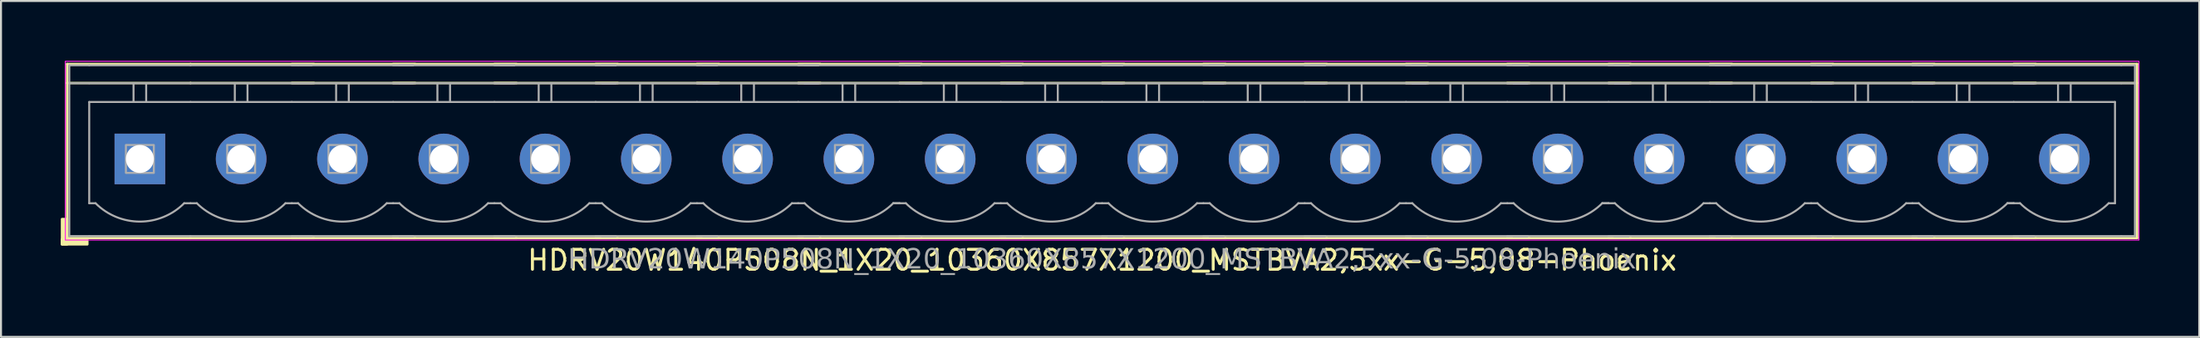
<source format=kicad_pcb>
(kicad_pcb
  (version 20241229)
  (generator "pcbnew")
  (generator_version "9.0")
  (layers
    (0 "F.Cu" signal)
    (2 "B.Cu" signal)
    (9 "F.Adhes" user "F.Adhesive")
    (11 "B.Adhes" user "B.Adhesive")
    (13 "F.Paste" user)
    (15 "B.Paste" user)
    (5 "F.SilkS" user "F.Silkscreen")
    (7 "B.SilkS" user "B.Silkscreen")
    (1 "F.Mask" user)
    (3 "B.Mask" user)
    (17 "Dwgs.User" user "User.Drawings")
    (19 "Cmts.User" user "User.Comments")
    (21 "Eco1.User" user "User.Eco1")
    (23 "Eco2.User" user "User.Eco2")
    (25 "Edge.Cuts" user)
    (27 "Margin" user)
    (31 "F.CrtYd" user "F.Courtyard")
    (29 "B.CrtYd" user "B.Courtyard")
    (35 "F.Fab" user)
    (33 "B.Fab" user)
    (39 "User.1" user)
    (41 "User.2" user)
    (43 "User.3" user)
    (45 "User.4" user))
  (footprint "HDRV20W140P508N_1X20_10360X857X1200_MSTBVA2,5xx-G-5,08-Phoenix"
    (layer "F.Cu")
    (at 52.225 4.925)
    (property "Reference" "HDRV20W140P508N_1X20_10360X857X1200_MSTBVA2,5xx-G-5,08-Phoenix" (at 0 5.08 0) (layer "F.SilkS") (effects (font (size 1 1) (thickness 0.15))))
    (attr through_hole)
    (fp_line (start -51.911 -4.763) (end -51.911 3.969) (stroke (width 0.12) (type solid)) (layer "F.SilkS"))
    (fp_line (start -51.911 -4.763) (end -45.72 -4.763) (stroke (width 0.12) (type solid)) (layer "F.SilkS"))
    (fp_line (start -51.911 -3.81) (end -45.72 -3.81) (stroke (width 0.12) (type solid)) (layer "F.SilkS"))
    (fp_line (start -51.911 3.969) (end -45.72 3.969) (stroke (width 0.12) (type solid)) (layer "F.SilkS"))
    (fp_line (start -39.529 -4.763) (end -45.72 -4.763) (stroke (width 0.12) (type solid)) (layer "F.SilkS"))
    (fp_line (start -39.529 -3.81) (end -45.72 -3.81) (stroke (width 0.12) (type solid)) (layer "F.SilkS"))
    (fp_line (start -39.529 3.969) (end -45.72 3.969) (stroke (width 0.12) (type solid)) (layer "F.SilkS"))
    (fp_line (start -34.449 -4.763) (end -40.64 -4.763) (stroke (width 0.12) (type solid)) (layer "F.SilkS"))
    (fp_line (start -34.449 -3.81) (end -40.64 -3.81) (stroke (width 0.12) (type solid)) (layer "F.SilkS"))
    (fp_line (start -34.449 3.969) (end -40.64 3.969) (stroke (width 0.12) (type solid)) (layer "F.SilkS"))
    (fp_line (start -29.369 -4.763) (end -35.56 -4.763) (stroke (width 0.12) (type solid)) (layer "F.SilkS"))
    (fp_line (start -29.369 -3.81) (end -35.56 -3.81) (stroke (width 0.12) (type solid)) (layer "F.SilkS"))
    (fp_line (start -29.369 3.969) (end -35.56 3.969) (stroke (width 0.12) (type solid)) (layer "F.SilkS"))
    (fp_line (start -24.289 -4.763) (end -30.48 -4.763) (stroke (width 0.12) (type solid)) (layer "F.SilkS"))
    (fp_line (start -24.289 -3.81) (end -30.48 -3.81) (stroke (width 0.12) (type solid)) (layer "F.SilkS"))
    (fp_line (start -24.289 3.969) (end -30.48 3.969) (stroke (width 0.12) (type solid)) (layer "F.SilkS"))
    (fp_line (start -19.209 -4.763) (end -25.4 -4.763) (stroke (width 0.12) (type solid)) (layer "F.SilkS"))
    (fp_line (start -19.209 -3.81) (end -25.4 -3.81) (stroke (width 0.12) (type solid)) (layer "F.SilkS"))
    (fp_line (start -19.209 3.969) (end -25.4 3.969) (stroke (width 0.12) (type solid)) (layer "F.SilkS"))
    (fp_line (start -14.129 -4.763) (end -20.32 -4.763) (stroke (width 0.12) (type solid)) (layer "F.SilkS"))
    (fp_line (start -14.129 -3.81) (end -20.32 -3.81) (stroke (width 0.12) (type solid)) (layer "F.SilkS"))
    (fp_line (start -14.129 3.969) (end -20.32 3.969) (stroke (width 0.12) (type solid)) (layer "F.SilkS"))
    (fp_line (start -9.049 -4.763) (end -15.24 -4.763) (stroke (width 0.12) (type solid)) (layer "F.SilkS"))
    (fp_line (start -9.049 -3.81) (end -15.24 -3.81) (stroke (width 0.12) (type solid)) (layer "F.SilkS"))
    (fp_line (start -9.049 3.969) (end -15.24 3.969) (stroke (width 0.12) (type solid)) (layer "F.SilkS"))
    (fp_line (start -3.969 -4.763) (end -10.16 -4.763) (stroke (width 0.12) (type solid)) (layer "F.SilkS"))
    (fp_line (start -3.969 -3.81) (end -10.16 -3.81) (stroke (width 0.12) (type solid)) (layer "F.SilkS"))
    (fp_line (start -3.969 3.969) (end -10.16 3.969) (stroke (width 0.12) (type solid)) (layer "F.SilkS"))
    (fp_line (start 1.111 -4.763) (end -5.08 -4.763) (stroke (width 0.12) (type solid)) (layer "F.SilkS"))
    (fp_line (start 1.111 -3.81) (end -5.08 -3.81) (stroke (width 0.12) (type solid)) (layer "F.SilkS"))
    (fp_line (start 1.111 3.969) (end -5.08 3.969) (stroke (width 0.12) (type solid)) (layer "F.SilkS"))
    (fp_line (start 6.191 -4.763) (end 0 -4.763) (stroke (width 0.12) (type solid)) (layer "F.SilkS"))
    (fp_line (start 6.191 -3.81) (end 0 -3.81) (stroke (width 0.12) (type solid)) (layer "F.SilkS"))
    (fp_line (start 6.191 3.969) (end 0 3.969) (stroke (width 0.12) (type solid)) (layer "F.SilkS"))
    (fp_line (start 11.271 -4.763) (end 5.08 -4.763) (stroke (width 0.12) (type solid)) (layer "F.SilkS"))
    (fp_line (start 11.271 -3.81) (end 5.08 -3.81) (stroke (width 0.12) (type solid)) (layer "F.SilkS"))
    (fp_line (start 11.271 3.969) (end 5.08 3.969) (stroke (width 0.12) (type solid)) (layer "F.SilkS"))
    (fp_line (start 16.351 -4.763) (end 10.16 -4.763) (stroke (width 0.12) (type solid)) (layer "F.SilkS"))
    (fp_line (start 16.351 -3.81) (end 10.16 -3.81) (stroke (width 0.12) (type solid)) (layer "F.SilkS"))
    (fp_line (start 16.351 3.969) (end 10.16 3.969) (stroke (width 0.12) (type solid)) (layer "F.SilkS"))
    (fp_line (start 21.431 -4.763) (end 15.24 -4.763) (stroke (width 0.12) (type solid)) (layer "F.SilkS"))
    (fp_line (start 21.431 -3.81) (end 15.24 -3.81) (stroke (width 0.12) (type solid)) (layer "F.SilkS"))
    (fp_line (start 21.431 3.969) (end 15.24 3.969) (stroke (width 0.12) (type solid)) (layer "F.SilkS"))
    (fp_line (start 26.511 -4.763) (end 20.32 -4.763) (stroke (width 0.12) (type solid)) (layer "F.SilkS"))
    (fp_line (start 26.511 -3.81) (end 20.32 -3.81) (stroke (width 0.12) (type solid)) (layer "F.SilkS"))
    (fp_line (start 26.511 3.969) (end 20.32 3.969) (stroke (width 0.12) (type solid)) (layer "F.SilkS"))
    (fp_line (start 31.591 -4.763) (end 25.4 -4.763) (stroke (width 0.12) (type solid)) (layer "F.SilkS"))
    (fp_line (start 31.591 -3.81) (end 25.4 -3.81) (stroke (width 0.12) (type solid)) (layer "F.SilkS"))
    (fp_line (start 31.591 3.969) (end 25.4 3.969) (stroke (width 0.12) (type solid)) (layer "F.SilkS"))
    (fp_line (start 36.671 -4.763) (end 30.48 -4.763) (stroke (width 0.12) (type solid)) (layer "F.SilkS"))
    (fp_line (start 36.671 -3.81) (end 30.48 -3.81) (stroke (width 0.12) (type solid)) (layer "F.SilkS"))
    (fp_line (start 36.671 3.969) (end 30.48 3.969) (stroke (width 0.12) (type solid)) (layer "F.SilkS"))
    (fp_line (start 41.751 -4.763) (end 35.56 -4.763) (stroke (width 0.12) (type solid)) (layer "F.SilkS"))
    (fp_line (start 41.751 -3.81) (end 35.56 -3.81) (stroke (width 0.12) (type solid)) (layer "F.SilkS"))
    (fp_line (start 41.751 3.969) (end 35.56 3.969) (stroke (width 0.12) (type solid)) (layer "F.SilkS"))
    (fp_line (start 46.831 -4.763) (end 40.64 -4.763) (stroke (width 0.12) (type solid)) (layer "F.SilkS"))
    (fp_line (start 46.831 -3.81) (end 40.64 -3.81) (stroke (width 0.12) (type solid)) (layer "F.SilkS"))
    (fp_line (start 46.831 3.969) (end 40.64 3.969) (stroke (width 0.12) (type solid)) (layer "F.SilkS"))
    (fp_line (start 51.911 -4.763) (end 45.72 -4.763) (stroke (width 0.12) (type solid)) (layer "F.SilkS"))
    (fp_line (start 51.911 -4.763) (end 51.911 3.969) (stroke (width 0.12) (type solid)) (layer "F.SilkS"))
    (fp_line (start 51.911 -3.81) (end 45.72 -3.81) (stroke (width 0.12) (type solid)) (layer "F.SilkS"))
    (fp_line (start 51.911 3.969) (end 45.72 3.969) (stroke (width 0.12) (type solid)) (layer "F.SilkS"))
    (fp_rect (start -51.911 3.016) (end -52.165 4.286) (stroke (width 0.12) (type solid)) (fill yes) (layer "F.SilkS"))
    (fp_rect (start -50.895 4.286) (end -52.165 4.032) (stroke (width 0.12) (type solid)) (fill yes) (layer "F.SilkS"))
    (fp_rect (start -52 -4.9) (end 52 4.07) (stroke (width 0.05) (type default)) (fill no) (layer "F.CrtYd"))
    (fp_line (start -51.8 -4.7) (end -51.8 3.87) (stroke (width 0.1) (type solid)) (layer "F.Fab"))
    (fp_line (start -51.8 -3.8) (end -50.8 -3.8) (stroke (width 0.1) (type solid)) (layer "F.Fab"))
    (fp_line (start -50.8 -4.7) (end -51.8 -4.7) (stroke (width 0.1) (type solid)) (layer "F.Fab"))
    (fp_line (start -50.8 -4.7) (end -45.72 -4.7) (stroke (width 0.1) (type solid)) (layer "F.Fab"))
    (fp_line (start -50.8 -2.858) (end -45.72 -2.858) (stroke (width 0.1) (type default)) (layer "F.Fab"))
    (fp_line (start -50.8 2.222) (end -50.8 -2.858) (stroke (width 0.1) (type default)) (layer "F.Fab"))
    (fp_line (start -50.8 3.87) (end -51.8 3.87) (stroke (width 0.1) (type solid)) (layer "F.Fab"))
    (fp_line (start -50.8 3.87) (end -45.72 3.87) (stroke (width 0.1) (type solid)) (layer "F.Fab"))
    (fp_line (start -50.483 2.222) (end -50.8 2.222) (stroke (width 0.1) (type default)) (layer "F.Fab"))
    (fp_line (start -48.578 -3.8) (end -48.578 -2.858) (stroke (width 0.1) (type default)) (layer "F.Fab"))
    (fp_line (start -47.943 -3.8) (end -47.943 -2.858) (stroke (width 0.1) (type default)) (layer "F.Fab"))
    (fp_line (start -45.72 -4.7) (end -40.322 -4.7) (stroke (width 0.1) (type solid)) (layer "F.Fab"))
    (fp_line (start -45.72 -3.8) (end -50.8 -3.8) (stroke (width 0.1) (type solid)) (layer "F.Fab"))
    (fp_line (start -45.72 -2.858) (end -40.64 -2.858) (stroke (width 0.1) (type default)) (layer "F.Fab"))
    (fp_line (start -45.72 2.222) (end -46.038 2.222) (stroke (width 0.1) (type default)) (layer "F.Fab"))
    (fp_line (start -45.72 3.87) (end -40.322 3.87) (stroke (width 0.1) (type solid)) (layer "F.Fab"))
    (fp_line (start -45.403 2.222) (end -45.72 2.222) (stroke (width 0.1) (type default)) (layer "F.Fab"))
    (fp_line (start -43.498 -3.8) (end -43.498 -2.858) (stroke (width 0.1) (type default)) (layer "F.Fab"))
    (fp_line (start -42.862 -3.8) (end -42.862 -2.858) (stroke (width 0.1) (type default)) (layer "F.Fab"))
    (fp_line (start -40.64 -4.7) (end -35.242 -4.7) (stroke (width 0.1) (type solid)) (layer "F.Fab"))
    (fp_line (start -40.64 -2.858) (end -35.56 -2.858) (stroke (width 0.1) (type default)) (layer "F.Fab"))
    (fp_line (start -40.64 2.222) (end -40.958 2.222) (stroke (width 0.1) (type default)) (layer "F.Fab"))
    (fp_line (start -40.64 3.87) (end -35.242 3.87) (stroke (width 0.1) (type solid)) (layer "F.Fab"))
    (fp_line (start -40.322 -4.7) (end -39.64 -4.7) (stroke (width 0.1) (type solid)) (layer "F.Fab"))
    (fp_line (start -40.322 -3.8) (end -45.72 -3.8) (stroke (width 0.1) (type solid)) (layer "F.Fab"))
    (fp_line (start -40.322 2.222) (end -40.64 2.222) (stroke (width 0.1) (type default)) (layer "F.Fab"))
    (fp_line (start -40.322 3.87) (end -39.64 3.87) (stroke (width 0.1) (type solid)) (layer "F.Fab"))
    (fp_line (start -39.64 -3.8) (end -40.322 -3.8) (stroke (width 0.1) (type solid)) (layer "F.Fab"))
    (fp_line (start -38.417 -3.8) (end -38.417 -2.858) (stroke (width 0.1) (type default)) (layer "F.Fab"))
    (fp_line (start -37.782 -3.8) (end -37.782 -2.858) (stroke (width 0.1) (type default)) (layer "F.Fab"))
    (fp_line (start -35.56 -4.7) (end -30.163 -4.7) (stroke (width 0.1) (type solid)) (layer "F.Fab"))
    (fp_line (start -35.56 -2.858) (end -30.48 -2.858) (stroke (width 0.1) (type default)) (layer "F.Fab"))
    (fp_line (start -35.56 2.222) (end -35.877 2.222) (stroke (width 0.1) (type default)) (layer "F.Fab"))
    (fp_line (start -35.56 3.87) (end -30.163 3.87) (stroke (width 0.1) (type solid)) (layer "F.Fab"))
    (fp_line (start -35.242 -4.7) (end -34.56 -4.7) (stroke (width 0.1) (type solid)) (layer "F.Fab"))
    (fp_line (start -35.242 -4.7) (end -34.56 -4.7) (stroke (width 0.1) (type solid)) (layer "F.Fab"))
    (fp_line (start -35.242 -3.8) (end -40.64 -3.8) (stroke (width 0.1) (type solid)) (layer "F.Fab"))
    (fp_line (start -35.242 2.222) (end -35.56 2.222) (stroke (width 0.1) (type default)) (layer "F.Fab"))
    (fp_line (start -35.242 3.87) (end -34.56 3.87) (stroke (width 0.1) (type solid)) (layer "F.Fab"))
    (fp_line (start -35.242 3.87) (end -34.56 3.87) (stroke (width 0.1) (type solid)) (layer "F.Fab"))
    (fp_line (start -34.56 -3.8) (end -35.242 -3.8) (stroke (width 0.1) (type solid)) (layer "F.Fab"))
    (fp_line (start -34.56 -3.8) (end -35.242 -3.8) (stroke (width 0.1) (type solid)) (layer "F.Fab"))
    (fp_line (start -33.337 -3.8) (end -33.337 -2.858) (stroke (width 0.1) (type default)) (layer "F.Fab"))
    (fp_line (start -32.703 -3.8) (end -32.703 -2.858) (stroke (width 0.1) (type default)) (layer "F.Fab"))
    (fp_line (start -30.48 -4.7) (end -25.082 -4.7) (stroke (width 0.1) (type solid)) (layer "F.Fab"))
    (fp_line (start -30.48 -2.858) (end -25.4 -2.858) (stroke (width 0.1) (type default)) (layer "F.Fab"))
    (fp_line (start -30.48 2.222) (end -30.797 2.222) (stroke (width 0.1) (type default)) (layer "F.Fab"))
    (fp_line (start -30.48 3.87) (end -25.082 3.87) (stroke (width 0.1) (type solid)) (layer "F.Fab"))
    (fp_line (start -30.163 -4.7) (end -29.48 -4.7) (stroke (width 0.1) (type solid)) (layer "F.Fab"))
    (fp_line (start -30.163 -4.7) (end -29.48 -4.7) (stroke (width 0.1) (type solid)) (layer "F.Fab"))
    (fp_line (start -30.163 -4.7) (end -29.48 -4.7) (stroke (width 0.1) (type solid)) (layer "F.Fab"))
    (fp_line (start -30.163 -3.8) (end -35.56 -3.8) (stroke (width 0.1) (type solid)) (layer "F.Fab"))
    (fp_line (start -30.163 2.222) (end -30.48 2.222) (stroke (width 0.1) (type default)) (layer "F.Fab"))
    (fp_line (start -30.163 3.87) (end -29.48 3.87) (stroke (width 0.1) (type solid)) (layer "F.Fab"))
    (fp_line (start -30.163 3.87) (end -29.48 3.87) (stroke (width 0.1) (type solid)) (layer "F.Fab"))
    (fp_line (start -30.163 3.87) (end -29.48 3.87) (stroke (width 0.1) (type solid)) (layer "F.Fab"))
    (fp_line (start -29.48 -3.8) (end -30.163 -3.8) (stroke (width 0.1) (type solid)) (layer "F.Fab"))
    (fp_line (start -29.48 -3.8) (end -30.163 -3.8) (stroke (width 0.1) (type solid)) (layer "F.Fab"))
    (fp_line (start -29.48 -3.8) (end -30.163 -3.8) (stroke (width 0.1) (type solid)) (layer "F.Fab"))
    (fp_line (start -28.258 -3.8) (end -28.258 -2.858) (stroke (width 0.1) (type default)) (layer "F.Fab"))
    (fp_line (start -27.622 -3.8) (end -27.622 -2.858) (stroke (width 0.1) (type default)) (layer "F.Fab"))
    (fp_line (start -25.4 -4.7) (end -20.003 -4.7) (stroke (width 0.1) (type solid)) (layer "F.Fab"))
    (fp_line (start -25.4 -2.858) (end -20.32 -2.858) (stroke (width 0.1) (type default)) (layer "F.Fab"))
    (fp_line (start -25.4 2.222) (end -25.718 2.222) (stroke (width 0.1) (type default)) (layer "F.Fab"))
    (fp_line (start -25.4 3.87) (end -20.003 3.87) (stroke (width 0.1) (type solid)) (layer "F.Fab"))
    (fp_line (start -25.082 -4.7) (end -24.4 -4.7) (stroke (width 0.1) (type solid)) (layer "F.Fab"))
    (fp_line (start -25.082 -4.7) (end -24.4 -4.7) (stroke (width 0.1) (type solid)) (layer "F.Fab"))
    (fp_line (start -25.082 -4.7) (end -24.4 -4.7) (stroke (width 0.1) (type solid)) (layer "F.Fab"))
    (fp_line (start -25.082 -4.7) (end -24.4 -4.7) (stroke (width 0.1) (type solid)) (layer "F.Fab"))
    (fp_line (start -25.082 -3.8) (end -30.48 -3.8) (stroke (width 0.1) (type solid)) (layer "F.Fab"))
    (fp_line (start -25.082 2.222) (end -25.4 2.222) (stroke (width 0.1) (type default)) (layer "F.Fab"))
    (fp_line (start -25.082 3.87) (end -24.4 3.87) (stroke (width 0.1) (type solid)) (layer "F.Fab"))
    (fp_line (start -25.082 3.87) (end -24.4 3.87) (stroke (width 0.1) (type solid)) (layer "F.Fab"))
    (fp_line (start -25.082 3.87) (end -24.4 3.87) (stroke (width 0.1) (type solid)) (layer "F.Fab"))
    (fp_line (start -25.082 3.87) (end -24.4 3.87) (stroke (width 0.1) (type solid)) (layer "F.Fab"))
    (fp_line (start -24.4 -3.8) (end -25.082 -3.8) (stroke (width 0.1) (type solid)) (layer "F.Fab"))
    (fp_line (start -24.4 -3.8) (end -25.082 -3.8) (stroke (width 0.1) (type solid)) (layer "F.Fab"))
    (fp_line (start -24.4 -3.8) (end -25.082 -3.8) (stroke (width 0.1) (type solid)) (layer "F.Fab"))
    (fp_line (start -24.4 -3.8) (end -25.082 -3.8) (stroke (width 0.1) (type solid)) (layer "F.Fab"))
    (fp_line (start -23.177 -3.8) (end -23.177 -2.858) (stroke (width 0.1) (type default)) (layer "F.Fab"))
    (fp_line (start -22.543 -3.8) (end -22.543 -2.858) (stroke (width 0.1) (type default)) (layer "F.Fab"))
    (fp_line (start -20.32 -4.7) (end -14.922 -4.7) (stroke (width 0.1) (type solid)) (layer "F.Fab"))
    (fp_line (start -20.32 -2.858) (end -15.24 -2.858) (stroke (width 0.1) (type default)) (layer "F.Fab"))
    (fp_line (start -20.32 2.222) (end -20.637 2.222) (stroke (width 0.1) (type default)) (layer "F.Fab"))
    (fp_line (start -20.32 3.87) (end -14.922 3.87) (stroke (width 0.1) (type solid)) (layer "F.Fab"))
    (fp_line (start -20.003 -4.7) (end -19.32 -4.7) (stroke (width 0.1) (type solid)) (layer "F.Fab"))
    (fp_line (start -20.003 -4.7) (end -19.32 -4.7) (stroke (width 0.1) (type solid)) (layer "F.Fab"))
    (fp_line (start -20.003 -4.7) (end -19.32 -4.7) (stroke (width 0.1) (type solid)) (layer "F.Fab"))
    (fp_line (start -20.003 -4.7) (end -19.32 -4.7) (stroke (width 0.1) (type solid)) (layer "F.Fab"))
    (fp_line (start -20.003 -4.7) (end -19.32 -4.7) (stroke (width 0.1) (type solid)) (layer "F.Fab"))
    (fp_line (start -20.003 -3.8) (end -25.4 -3.8) (stroke (width 0.1) (type solid)) (layer "F.Fab"))
    (fp_line (start -20.003 2.222) (end -20.32 2.222) (stroke (width 0.1) (type default)) (layer "F.Fab"))
    (fp_line (start -20.003 3.87) (end -19.32 3.87) (stroke (width 0.1) (type solid)) (layer "F.Fab"))
    (fp_line (start -20.003 3.87) (end -19.32 3.87) (stroke (width 0.1) (type solid)) (layer "F.Fab"))
    (fp_line (start -20.003 3.87) (end -19.32 3.87) (stroke (width 0.1) (type solid)) (layer "F.Fab"))
    (fp_line (start -20.003 3.87) (end -19.32 3.87) (stroke (width 0.1) (type solid)) (layer "F.Fab"))
    (fp_line (start -20.003 3.87) (end -19.32 3.87) (stroke (width 0.1) (type solid)) (layer "F.Fab"))
    (fp_line (start -19.32 -3.8) (end -20.003 -3.8) (stroke (width 0.1) (type solid)) (layer "F.Fab"))
    (fp_line (start -19.32 -3.8) (end -20.003 -3.8) (stroke (width 0.1) (type solid)) (layer "F.Fab"))
    (fp_line (start -19.32 -3.8) (end -20.003 -3.8) (stroke (width 0.1) (type solid)) (layer "F.Fab"))
    (fp_line (start -19.32 -3.8) (end -20.003 -3.8) (stroke (width 0.1) (type solid)) (layer "F.Fab"))
    (fp_line (start -19.32 -3.8) (end -20.003 -3.8) (stroke (width 0.1) (type solid)) (layer "F.Fab"))
    (fp_line (start -18.098 -3.8) (end -18.098 -2.858) (stroke (width 0.1) (type default)) (layer "F.Fab"))
    (fp_line (start -17.462 -3.8) (end -17.462 -2.858) (stroke (width 0.1) (type default)) (layer "F.Fab"))
    (fp_line (start -15.24 -4.7) (end -9.842 -4.7) (stroke (width 0.1) (type solid)) (layer "F.Fab"))
    (fp_line (start -15.24 -2.858) (end -10.16 -2.858) (stroke (width 0.1) (type default)) (layer "F.Fab"))
    (fp_line (start -15.24 2.222) (end -15.557 2.222) (stroke (width 0.1) (type default)) (layer "F.Fab"))
    (fp_line (start -15.24 3.87) (end -9.842 3.87) (stroke (width 0.1) (type solid)) (layer "F.Fab"))
    (fp_line (start -14.922 -4.7) (end -14.24 -4.7) (stroke (width 0.1) (type solid)) (layer "F.Fab"))
    (fp_line (start -14.922 -4.7) (end -14.24 -4.7) (stroke (width 0.1) (type solid)) (layer "F.Fab"))
    (fp_line (start -14.922 -4.7) (end -14.24 -4.7) (stroke (width 0.1) (type solid)) (layer "F.Fab"))
    (fp_line (start -14.922 -4.7) (end -14.24 -4.7) (stroke (width 0.1) (type solid)) (layer "F.Fab"))
    (fp_line (start -14.922 -4.7) (end -14.24 -4.7) (stroke (width 0.1) (type solid)) (layer "F.Fab"))
    (fp_line (start -14.922 -4.7) (end -14.24 -4.7) (stroke (width 0.1) (type solid)) (layer "F.Fab"))
    (fp_line (start -14.922 -3.8) (end -20.32 -3.8) (stroke (width 0.1) (type solid)) (layer "F.Fab"))
    (fp_line (start -14.922 2.222) (end -15.24 2.222) (stroke (width 0.1) (type default)) (layer "F.Fab"))
    (fp_line (start -14.922 3.87) (end -14.24 3.87) (stroke (width 0.1) (type solid)) (layer "F.Fab"))
    (fp_line (start -14.922 3.87) (end -14.24 3.87) (stroke (width 0.1) (type solid)) (layer "F.Fab"))
    (fp_line (start -14.922 3.87) (end -14.24 3.87) (stroke (width 0.1) (type solid)) (layer "F.Fab"))
    (fp_line (start -14.922 3.87) (end -14.24 3.87) (stroke (width 0.1) (type solid)) (layer "F.Fab"))
    (fp_line (start -14.922 3.87) (end -14.24 3.87) (stroke (width 0.1) (type solid)) (layer "F.Fab"))
    (fp_line (start -14.922 3.87) (end -14.24 3.87) (stroke (width 0.1) (type solid)) (layer "F.Fab"))
    (fp_line (start -14.24 -3.8) (end -14.922 -3.8) (stroke (width 0.1) (type solid)) (layer "F.Fab"))
    (fp_line (start -14.24 -3.8) (end -14.922 -3.8) (stroke (width 0.1) (type solid)) (layer "F.Fab"))
    (fp_line (start -14.24 -3.8) (end -14.922 -3.8) (stroke (width 0.1) (type solid)) (layer "F.Fab"))
    (fp_line (start -14.24 -3.8) (end -14.922 -3.8) (stroke (width 0.1) (type solid)) (layer "F.Fab"))
    (fp_line (start -14.24 -3.8) (end -14.922 -3.8) (stroke (width 0.1) (type solid)) (layer "F.Fab"))
    (fp_line (start -14.24 -3.8) (end -14.922 -3.8) (stroke (width 0.1) (type solid)) (layer "F.Fab"))
    (fp_line (start -13.018 -3.8) (end -13.018 -2.858) (stroke (width 0.1) (type default)) (layer "F.Fab"))
    (fp_line (start -12.383 -3.8) (end -12.383 -2.858) (stroke (width 0.1) (type default)) (layer "F.Fab"))
    (fp_line (start -10.16 -4.7) (end -4.763 -4.7) (stroke (width 0.1) (type solid)) (layer "F.Fab"))
    (fp_line (start -10.16 -2.858) (end -5.08 -2.858) (stroke (width 0.1) (type default)) (layer "F.Fab"))
    (fp_line (start -10.16 2.222) (end -10.477 2.222) (stroke (width 0.1) (type default)) (layer "F.Fab"))
    (fp_line (start -10.16 2.222) (end -10.477 2.222) (stroke (width 0.1) (type default)) (layer "F.Fab"))
    (fp_line (start -10.16 3.87) (end -4.763 3.87) (stroke (width 0.1) (type solid)) (layer "F.Fab"))
    (fp_line (start -9.842 -4.7) (end -9.16 -4.7) (stroke (width 0.1) (type solid)) (layer "F.Fab"))
    (fp_line (start -9.842 -4.7) (end -9.16 -4.7) (stroke (width 0.1) (type solid)) (layer "F.Fab"))
    (fp_line (start -9.842 -4.7) (end -9.16 -4.7) (stroke (width 0.1) (type solid)) (layer "F.Fab"))
    (fp_line (start -9.842 -4.7) (end -9.16 -4.7) (stroke (width 0.1) (type solid)) (layer "F.Fab"))
    (fp_line (start -9.842 -4.7) (end -9.16 -4.7) (stroke (width 0.1) (type solid)) (layer "F.Fab"))
    (fp_line (start -9.842 -4.7) (end -9.16 -4.7) (stroke (width 0.1) (type solid)) (layer "F.Fab"))
    (fp_line (start -9.842 -4.7) (end -9.16 -4.7) (stroke (width 0.1) (type solid)) (layer "F.Fab"))
    (fp_line (start -9.842 -3.8) (end -15.24 -3.8) (stroke (width 0.1) (type solid)) (layer "F.Fab"))
    (fp_line (start -9.842 2.222) (end -10.16 2.222) (stroke (width 0.1) (type default)) (layer "F.Fab"))
    (fp_line (start -9.842 3.87) (end -9.16 3.87) (stroke (width 0.1) (type solid)) (layer "F.Fab"))
    (fp_line (start -9.842 3.87) (end -9.16 3.87) (stroke (width 0.1) (type solid)) (layer "F.Fab"))
    (fp_line (start -9.842 3.87) (end -9.16 3.87) (stroke (width 0.1) (type solid)) (layer "F.Fab"))
    (fp_line (start -9.842 3.87) (end -9.16 3.87) (stroke (width 0.1) (type solid)) (layer "F.Fab"))
    (fp_line (start -9.842 3.87) (end -9.16 3.87) (stroke (width 0.1) (type solid)) (layer "F.Fab"))
    (fp_line (start -9.842 3.87) (end -9.16 3.87) (stroke (width 0.1) (type solid)) (layer "F.Fab"))
    (fp_line (start -9.842 3.87) (end -9.16 3.87) (stroke (width 0.1) (type solid)) (layer "F.Fab"))
    (fp_line (start -9.16 -3.8) (end -9.842 -3.8) (stroke (width 0.1) (type solid)) (layer "F.Fab"))
    (fp_line (start -9.16 -3.8) (end -9.842 -3.8) (stroke (width 0.1) (type solid)) (layer "F.Fab"))
    (fp_line (start -9.16 -3.8) (end -9.842 -3.8) (stroke (width 0.1) (type solid)) (layer "F.Fab"))
    (fp_line (start -9.16 -3.8) (end -9.842 -3.8) (stroke (width 0.1) (type solid)) (layer "F.Fab"))
    (fp_line (start -9.16 -3.8) (end -9.842 -3.8) (stroke (width 0.1) (type solid)) (layer "F.Fab"))
    (fp_line (start -9.16 -3.8) (end -9.842 -3.8) (stroke (width 0.1) (type solid)) (layer "F.Fab"))
    (fp_line (start -9.16 -3.8) (end -9.842 -3.8) (stroke (width 0.1) (type solid)) (layer "F.Fab"))
    (fp_line (start -7.938 -3.8) (end -7.938 -2.858) (stroke (width 0.1) (type default)) (layer "F.Fab"))
    (fp_line (start -7.303 -3.8) (end -7.303 -2.858) (stroke (width 0.1) (type default)) (layer "F.Fab"))
    (fp_line (start -5.08 -4.7) (end 0.318 -4.7) (stroke (width 0.1) (type solid)) (layer "F.Fab"))
    (fp_line (start -5.08 -2.858) (end 0 -2.858) (stroke (width 0.1) (type default)) (layer "F.Fab"))
    (fp_line (start -5.08 2.222) (end -5.397 2.222) (stroke (width 0.1) (type default)) (layer "F.Fab"))
    (fp_line (start -5.08 3.87) (end 0.318 3.87) (stroke (width 0.1) (type solid)) (layer "F.Fab"))
    (fp_line (start -4.763 -4.7) (end -4.08 -4.7) (stroke (width 0.1) (type solid)) (layer "F.Fab"))
    (fp_line (start -4.763 -4.7) (end -4.08 -4.7) (stroke (width 0.1) (type solid)) (layer "F.Fab"))
    (fp_line (start -4.763 -4.7) (end -4.08 -4.7) (stroke (width 0.1) (type solid)) (layer "F.Fab"))
    (fp_line (start -4.763 -4.7) (end -4.08 -4.7) (stroke (width 0.1) (type solid)) (layer "F.Fab"))
    (fp_line (start -4.763 -4.7) (end -4.08 -4.7) (stroke (width 0.1) (type solid)) (layer "F.Fab"))
    (fp_line (start -4.763 -4.7) (end -4.08 -4.7) (stroke (width 0.1) (type solid)) (layer "F.Fab"))
    (fp_line (start -4.763 -4.7) (end -4.08 -4.7) (stroke (width 0.1) (type solid)) (layer "F.Fab"))
    (fp_line (start -4.763 -4.7) (end -4.08 -4.7) (stroke (width 0.1) (type solid)) (layer "F.Fab"))
    (fp_line (start -4.763 -3.8) (end -10.16 -3.8) (stroke (width 0.1) (type solid)) (layer "F.Fab"))
    (fp_line (start -4.763 2.222) (end -5.08 2.222) (stroke (width 0.1) (type default)) (layer "F.Fab"))
    (fp_line (start -4.763 3.87) (end -4.08 3.87) (stroke (width 0.1) (type solid)) (layer "F.Fab"))
    (fp_line (start -4.763 3.87) (end -4.08 3.87) (stroke (width 0.1) (type solid)) (layer "F.Fab"))
    (fp_line (start -4.763 3.87) (end -4.08 3.87) (stroke (width 0.1) (type solid)) (layer "F.Fab"))
    (fp_line (start -4.763 3.87) (end -4.08 3.87) (stroke (width 0.1) (type solid)) (layer "F.Fab"))
    (fp_line (start -4.763 3.87) (end -4.08 3.87) (stroke (width 0.1) (type solid)) (layer "F.Fab"))
    (fp_line (start -4.763 3.87) (end -4.08 3.87) (stroke (width 0.1) (type solid)) (layer "F.Fab"))
    (fp_line (start -4.763 3.87) (end -4.08 3.87) (stroke (width 0.1) (type solid)) (layer "F.Fab"))
    (fp_line (start -4.763 3.87) (end -4.08 3.87) (stroke (width 0.1) (type solid)) (layer "F.Fab"))
    (fp_line (start -4.08 -3.8) (end -4.763 -3.8) (stroke (width 0.1) (type solid)) (layer "F.Fab"))
    (fp_line (start -4.08 -3.8) (end -4.763 -3.8) (stroke (width 0.1) (type solid)) (layer "F.Fab"))
    (fp_line (start -4.08 -3.8) (end -4.763 -3.8) (stroke (width 0.1) (type solid)) (layer "F.Fab"))
    (fp_line (start -4.08 -3.8) (end -4.763 -3.8) (stroke (width 0.1) (type solid)) (layer "F.Fab"))
    (fp_line (start -4.08 -3.8) (end -4.763 -3.8) (stroke (width 0.1) (type solid)) (layer "F.Fab"))
    (fp_line (start -4.08 -3.8) (end -4.763 -3.8) (stroke (width 0.1) (type solid)) (layer "F.Fab"))
    (fp_line (start -4.08 -3.8) (end -4.763 -3.8) (stroke (width 0.1) (type solid)) (layer "F.Fab"))
    (fp_line (start -4.08 -3.8) (end -4.763 -3.8) (stroke (width 0.1) (type solid)) (layer "F.Fab"))
    (fp_line (start -2.857 -3.8) (end -2.857 -2.858) (stroke (width 0.1) (type default)) (layer "F.Fab"))
    (fp_line (start -2.223 -3.8) (end -2.223 -2.858) (stroke (width 0.1) (type default)) (layer "F.Fab"))
    (fp_line (start 0 -4.7) (end 5.397 -4.7) (stroke (width 0.1) (type solid)) (layer "F.Fab"))
    (fp_line (start 0 -2.858) (end 5.08 -2.858) (stroke (width 0.1) (type default)) (layer "F.Fab"))
    (fp_line (start 0 2.222) (end -0.318 2.222) (stroke (width 0.1) (type default)) (layer "F.Fab"))
    (fp_line (start 0 3.87) (end 5.397 3.87) (stroke (width 0.1) (type solid)) (layer "F.Fab"))
    (fp_line (start 0.318 -4.7) (end 1 -4.7) (stroke (width 0.1) (type solid)) (layer "F.Fab"))
    (fp_line (start 0.318 -4.7) (end 1 -4.7) (stroke (width 0.1) (type solid)) (layer "F.Fab"))
    (fp_line (start 0.318 -4.7) (end 1 -4.7) (stroke (width 0.1) (type solid)) (layer "F.Fab"))
    (fp_line (start 0.318 -4.7) (end 1 -4.7) (stroke (width 0.1) (type solid)) (layer "F.Fab"))
    (fp_line (start 0.318 -4.7) (end 1 -4.7) (stroke (width 0.1) (type solid)) (layer "F.Fab"))
    (fp_line (start 0.318 -4.7) (end 1 -4.7) (stroke (width 0.1) (type solid)) (layer "F.Fab"))
    (fp_line (start 0.318 -4.7) (end 1 -4.7) (stroke (width 0.1) (type solid)) (layer "F.Fab"))
    (fp_line (start 0.318 -4.7) (end 1 -4.7) (stroke (width 0.1) (type solid)) (layer "F.Fab"))
    (fp_line (start 0.318 -4.7) (end 1 -4.7) (stroke (width 0.1) (type solid)) (layer "F.Fab"))
    (fp_line (start 0.318 -3.8) (end -5.08 -3.8) (stroke (width 0.1) (type solid)) (layer "F.Fab"))
    (fp_line (start 0.318 2.222) (end 0 2.222) (stroke (width 0.1) (type default)) (layer "F.Fab"))
    (fp_line (start 0.318 3.87) (end 1 3.87) (stroke (width 0.1) (type solid)) (layer "F.Fab"))
    (fp_line (start 0.318 3.87) (end 1 3.87) (stroke (width 0.1) (type solid)) (layer "F.Fab"))
    (fp_line (start 0.318 3.87) (end 1 3.87) (stroke (width 0.1) (type solid)) (layer "F.Fab"))
    (fp_line (start 0.318 3.87) (end 1 3.87) (stroke (width 0.1) (type solid)) (layer "F.Fab"))
    (fp_line (start 0.318 3.87) (end 1 3.87) (stroke (width 0.1) (type solid)) (layer "F.Fab"))
    (fp_line (start 0.318 3.87) (end 1 3.87) (stroke (width 0.1) (type solid)) (layer "F.Fab"))
    (fp_line (start 0.318 3.87) (end 1 3.87) (stroke (width 0.1) (type solid)) (layer "F.Fab"))
    (fp_line (start 0.318 3.87) (end 1 3.87) (stroke (width 0.1) (type solid)) (layer "F.Fab"))
    (fp_line (start 0.318 3.87) (end 1 3.87) (stroke (width 0.1) (type solid)) (layer "F.Fab"))
    (fp_line (start 1 -3.8) (end 0.318 -3.8) (stroke (width 0.1) (type solid)) (layer "F.Fab"))
    (fp_line (start 1 -3.8) (end 0.318 -3.8) (stroke (width 0.1) (type solid)) (layer "F.Fab"))
    (fp_line (start 1 -3.8) (end 0.318 -3.8) (stroke (width 0.1) (type solid)) (layer "F.Fab"))
    (fp_line (start 1 -3.8) (end 0.318 -3.8) (stroke (width 0.1) (type solid)) (layer "F.Fab"))
    (fp_line (start 1 -3.8) (end 0.318 -3.8) (stroke (width 0.1) (type solid)) (layer "F.Fab"))
    (fp_line (start 1 -3.8) (end 0.318 -3.8) (stroke (width 0.1) (type solid)) (layer "F.Fab"))
    (fp_line (start 1 -3.8) (end 0.318 -3.8) (stroke (width 0.1) (type solid)) (layer "F.Fab"))
    (fp_line (start 1 -3.8) (end 0.318 -3.8) (stroke (width 0.1) (type solid)) (layer "F.Fab"))
    (fp_line (start 1 -3.8) (end 0.318 -3.8) (stroke (width 0.1) (type solid)) (layer "F.Fab"))
    (fp_line (start 2.223 -3.8) (end 2.223 -2.858) (stroke (width 0.1) (type default)) (layer "F.Fab"))
    (fp_line (start 2.857 -3.8) (end 2.857 -2.858) (stroke (width 0.1) (type default)) (layer "F.Fab"))
    (fp_line (start 5.08 -4.7) (end 10.477 -4.7) (stroke (width 0.1) (type solid)) (layer "F.Fab"))
    (fp_line (start 5.08 -2.858) (end 10.16 -2.858) (stroke (width 0.1) (type default)) (layer "F.Fab"))
    (fp_line (start 5.08 2.222) (end 4.763 2.222) (stroke (width 0.1) (type default)) (layer "F.Fab"))
    (fp_line (start 5.08 3.87) (end 10.477 3.87) (stroke (width 0.1) (type solid)) (layer "F.Fab"))
    (fp_line (start 5.397 -4.7) (end 6.08 -4.7) (stroke (width 0.1) (type solid)) (layer "F.Fab"))
    (fp_line (start 5.397 -4.7) (end 6.08 -4.7) (stroke (width 0.1) (type solid)) (layer "F.Fab"))
    (fp_line (start 5.397 -4.7) (end 6.08 -4.7) (stroke (width 0.1) (type solid)) (layer "F.Fab"))
    (fp_line (start 5.397 -4.7) (end 6.08 -4.7) (stroke (width 0.1) (type solid)) (layer "F.Fab"))
    (fp_line (start 5.397 -4.7) (end 6.08 -4.7) (stroke (width 0.1) (type solid)) (layer "F.Fab"))
    (fp_line (start 5.397 -4.7) (end 6.08 -4.7) (stroke (width 0.1) (type solid)) (layer "F.Fab"))
    (fp_line (start 5.397 -4.7) (end 6.08 -4.7) (stroke (width 0.1) (type solid)) (layer "F.Fab"))
    (fp_line (start 5.397 -4.7) (end 6.08 -4.7) (stroke (width 0.1) (type solid)) (layer "F.Fab"))
    (fp_line (start 5.397 -4.7) (end 6.08 -4.7) (stroke (width 0.1) (type solid)) (layer "F.Fab"))
    (fp_line (start 5.397 -4.7) (end 6.08 -4.7) (stroke (width 0.1) (type solid)) (layer "F.Fab"))
    (fp_line (start 5.397 -3.8) (end 0 -3.8) (stroke (width 0.1) (type solid)) (layer "F.Fab"))
    (fp_line (start 5.397 2.222) (end 5.08 2.222) (stroke (width 0.1) (type default)) (layer "F.Fab"))
    (fp_line (start 5.397 3.87) (end 6.08 3.87) (stroke (width 0.1) (type solid)) (layer "F.Fab"))
    (fp_line (start 5.397 3.87) (end 6.08 3.87) (stroke (width 0.1) (type solid)) (layer "F.Fab"))
    (fp_line (start 5.397 3.87) (end 6.08 3.87) (stroke (width 0.1) (type solid)) (layer "F.Fab"))
    (fp_line (start 5.397 3.87) (end 6.08 3.87) (stroke (width 0.1) (type solid)) (layer "F.Fab"))
    (fp_line (start 5.397 3.87) (end 6.08 3.87) (stroke (width 0.1) (type solid)) (layer "F.Fab"))
    (fp_line (start 5.397 3.87) (end 6.08 3.87) (stroke (width 0.1) (type solid)) (layer "F.Fab"))
    (fp_line (start 5.397 3.87) (end 6.08 3.87) (stroke (width 0.1) (type solid)) (layer "F.Fab"))
    (fp_line (start 5.397 3.87) (end 6.08 3.87) (stroke (width 0.1) (type solid)) (layer "F.Fab"))
    (fp_line (start 5.397 3.87) (end 6.08 3.87) (stroke (width 0.1) (type solid)) (layer "F.Fab"))
    (fp_line (start 5.397 3.87) (end 6.08 3.87) (stroke (width 0.1) (type solid)) (layer "F.Fab"))
    (fp_line (start 6.08 -3.8) (end 5.397 -3.8) (stroke (width 0.1) (type solid)) (layer "F.Fab"))
    (fp_line (start 6.08 -3.8) (end 5.397 -3.8) (stroke (width 0.1) (type solid)) (layer "F.Fab"))
    (fp_line (start 6.08 -3.8) (end 5.397 -3.8) (stroke (width 0.1) (type solid)) (layer "F.Fab"))
    (fp_line (start 6.08 -3.8) (end 5.397 -3.8) (stroke (width 0.1) (type solid)) (layer "F.Fab"))
    (fp_line (start 6.08 -3.8) (end 5.397 -3.8) (stroke (width 0.1) (type solid)) (layer "F.Fab"))
    (fp_line (start 6.08 -3.8) (end 5.397 -3.8) (stroke (width 0.1) (type solid)) (layer "F.Fab"))
    (fp_line (start 6.08 -3.8) (end 5.397 -3.8) (stroke (width 0.1) (type solid)) (layer "F.Fab"))
    (fp_line (start 6.08 -3.8) (end 5.397 -3.8) (stroke (width 0.1) (type solid)) (layer "F.Fab"))
    (fp_line (start 6.08 -3.8) (end 5.397 -3.8) (stroke (width 0.1) (type solid)) (layer "F.Fab"))
    (fp_line (start 6.08 -3.8) (end 5.397 -3.8) (stroke (width 0.1) (type solid)) (layer "F.Fab"))
    (fp_line (start 7.303 -3.8) (end 7.303 -2.858) (stroke (width 0.1) (type default)) (layer "F.Fab"))
    (fp_line (start 7.938 -3.8) (end 7.938 -2.858) (stroke (width 0.1) (type default)) (layer "F.Fab"))
    (fp_line (start 10.16 -4.7) (end 15.557 -4.7) (stroke (width 0.1) (type solid)) (layer "F.Fab"))
    (fp_line (start 10.16 -2.858) (end 15.24 -2.858) (stroke (width 0.1) (type default)) (layer "F.Fab"))
    (fp_line (start 10.16 2.222) (end 9.842 2.222) (stroke (width 0.1) (type default)) (layer "F.Fab"))
    (fp_line (start 10.16 3.87) (end 15.557 3.87) (stroke (width 0.1) (type solid)) (layer "F.Fab"))
    (fp_line (start 10.477 -4.7) (end 11.16 -4.7) (stroke (width 0.1) (type solid)) (layer "F.Fab"))
    (fp_line (start 10.477 -4.7) (end 11.16 -4.7) (stroke (width 0.1) (type solid)) (layer "F.Fab"))
    (fp_line (start 10.477 -4.7) (end 11.16 -4.7) (stroke (width 0.1) (type solid)) (layer "F.Fab"))
    (fp_line (start 10.477 -4.7) (end 11.16 -4.7) (stroke (width 0.1) (type solid)) (layer "F.Fab"))
    (fp_line (start 10.477 -4.7) (end 11.16 -4.7) (stroke (width 0.1) (type solid)) (layer "F.Fab"))
    (fp_line (start 10.477 -4.7) (end 11.16 -4.7) (stroke (width 0.1) (type solid)) (layer "F.Fab"))
    (fp_line (start 10.477 -4.7) (end 11.16 -4.7) (stroke (width 0.1) (type solid)) (layer "F.Fab"))
    (fp_line (start 10.477 -4.7) (end 11.16 -4.7) (stroke (width 0.1) (type solid)) (layer "F.Fab"))
    (fp_line (start 10.477 -4.7) (end 11.16 -4.7) (stroke (width 0.1) (type solid)) (layer "F.Fab"))
    (fp_line (start 10.477 -4.7) (end 11.16 -4.7) (stroke (width 0.1) (type solid)) (layer "F.Fab"))
    (fp_line (start 10.477 -4.7) (end 11.16 -4.7) (stroke (width 0.1) (type solid)) (layer "F.Fab"))
    (fp_line (start 10.477 -3.8) (end 5.08 -3.8) (stroke (width 0.1) (type solid)) (layer "F.Fab"))
    (fp_line (start 10.477 2.222) (end 10.16 2.222) (stroke (width 0.1) (type default)) (layer "F.Fab"))
    (fp_line (start 10.477 3.87) (end 11.16 3.87) (stroke (width 0.1) (type solid)) (layer "F.Fab"))
    (fp_line (start 10.477 3.87) (end 11.16 3.87) (stroke (width 0.1) (type solid)) (layer "F.Fab"))
    (fp_line (start 10.477 3.87) (end 11.16 3.87) (stroke (width 0.1) (type solid)) (layer "F.Fab"))
    (fp_line (start 10.477 3.87) (end 11.16 3.87) (stroke (width 0.1) (type solid)) (layer "F.Fab"))
    (fp_line (start 10.477 3.87) (end 11.16 3.87) (stroke (width 0.1) (type solid)) (layer "F.Fab"))
    (fp_line (start 10.477 3.87) (end 11.16 3.87) (stroke (width 0.1) (type solid)) (layer "F.Fab"))
    (fp_line (start 10.477 3.87) (end 11.16 3.87) (stroke (width 0.1) (type solid)) (layer "F.Fab"))
    (fp_line (start 10.477 3.87) (end 11.16 3.87) (stroke (width 0.1) (type solid)) (layer "F.Fab"))
    (fp_line (start 10.477 3.87) (end 11.16 3.87) (stroke (width 0.1) (type solid)) (layer "F.Fab"))
    (fp_line (start 10.477 3.87) (end 11.16 3.87) (stroke (width 0.1) (type solid)) (layer "F.Fab"))
    (fp_line (start 10.477 3.87) (end 11.16 3.87) (stroke (width 0.1) (type solid)) (layer "F.Fab"))
    (fp_line (start 11.16 -3.8) (end 10.477 -3.8) (stroke (width 0.1) (type solid)) (layer "F.Fab"))
    (fp_line (start 11.16 -3.8) (end 10.477 -3.8) (stroke (width 0.1) (type solid)) (layer "F.Fab"))
    (fp_line (start 11.16 -3.8) (end 10.477 -3.8) (stroke (width 0.1) (type solid)) (layer "F.Fab"))
    (fp_line (start 11.16 -3.8) (end 10.477 -3.8) (stroke (width 0.1) (type solid)) (layer "F.Fab"))
    (fp_line (start 11.16 -3.8) (end 10.477 -3.8) (stroke (width 0.1) (type solid)) (layer "F.Fab"))
    (fp_line (start 11.16 -3.8) (end 10.477 -3.8) (stroke (width 0.1) (type solid)) (layer "F.Fab"))
    (fp_line (start 11.16 -3.8) (end 10.477 -3.8) (stroke (width 0.1) (type solid)) (layer "F.Fab"))
    (fp_line (start 11.16 -3.8) (end 10.477 -3.8) (stroke (width 0.1) (type solid)) (layer "F.Fab"))
    (fp_line (start 11.16 -3.8) (end 10.477 -3.8) (stroke (width 0.1) (type solid)) (layer "F.Fab"))
    (fp_line (start 11.16 -3.8) (end 10.477 -3.8) (stroke (width 0.1) (type solid)) (layer "F.Fab"))
    (fp_line (start 11.16 -3.8) (end 10.477 -3.8) (stroke (width 0.1) (type solid)) (layer "F.Fab"))
    (fp_line (start 12.383 -3.8) (end 12.383 -2.858) (stroke (width 0.1) (type default)) (layer "F.Fab"))
    (fp_line (start 13.018 -3.8) (end 13.018 -2.858) (stroke (width 0.1) (type default)) (layer "F.Fab"))
    (fp_line (start 15.24 -4.7) (end 20.637 -4.7) (stroke (width 0.1) (type solid)) (layer "F.Fab"))
    (fp_line (start 15.24 -2.858) (end 20.32 -2.858) (stroke (width 0.1) (type default)) (layer "F.Fab"))
    (fp_line (start 15.24 2.222) (end 14.922 2.222) (stroke (width 0.1) (type default)) (layer "F.Fab"))
    (fp_line (start 15.24 3.87) (end 20.637 3.87) (stroke (width 0.1) (type solid)) (layer "F.Fab"))
    (fp_line (start 15.557 -4.7) (end 16.24 -4.7) (stroke (width 0.1) (type solid)) (layer "F.Fab"))
    (fp_line (start 15.557 -4.7) (end 16.24 -4.7) (stroke (width 0.1) (type solid)) (layer "F.Fab"))
    (fp_line (start 15.557 -4.7) (end 16.24 -4.7) (stroke (width 0.1) (type solid)) (layer "F.Fab"))
    (fp_line (start 15.557 -4.7) (end 16.24 -4.7) (stroke (width 0.1) (type solid)) (layer "F.Fab"))
    (fp_line (start 15.557 -4.7) (end 16.24 -4.7) (stroke (width 0.1) (type solid)) (layer "F.Fab"))
    (fp_line (start 15.557 -4.7) (end 16.24 -4.7) (stroke (width 0.1) (type solid)) (layer "F.Fab"))
    (fp_line (start 15.557 -4.7) (end 16.24 -4.7) (stroke (width 0.1) (type solid)) (layer "F.Fab"))
    (fp_line (start 15.557 -4.7) (end 16.24 -4.7) (stroke (width 0.1) (type solid)) (layer "F.Fab"))
    (fp_line (start 15.557 -4.7) (end 16.24 -4.7) (stroke (width 0.1) (type solid)) (layer "F.Fab"))
    (fp_line (start 15.557 -4.7) (end 16.24 -4.7) (stroke (width 0.1) (type solid)) (layer "F.Fab"))
    (fp_line (start 15.557 -4.7) (end 16.24 -4.7) (stroke (width 0.1) (type solid)) (layer "F.Fab"))
    (fp_line (start 15.557 -4.7) (end 16.24 -4.7) (stroke (width 0.1) (type solid)) (layer "F.Fab"))
    (fp_line (start 15.557 -3.8) (end 10.16 -3.8) (stroke (width 0.1) (type solid)) (layer "F.Fab"))
    (fp_line (start 15.557 2.222) (end 15.24 2.222) (stroke (width 0.1) (type default)) (layer "F.Fab"))
    (fp_line (start 15.557 3.87) (end 16.24 3.87) (stroke (width 0.1) (type solid)) (layer "F.Fab"))
    (fp_line (start 15.557 3.87) (end 16.24 3.87) (stroke (width 0.1) (type solid)) (layer "F.Fab"))
    (fp_line (start 15.557 3.87) (end 16.24 3.87) (stroke (width 0.1) (type solid)) (layer "F.Fab"))
    (fp_line (start 15.557 3.87) (end 16.24 3.87) (stroke (width 0.1) (type solid)) (layer "F.Fab"))
    (fp_line (start 15.557 3.87) (end 16.24 3.87) (stroke (width 0.1) (type solid)) (layer "F.Fab"))
    (fp_line (start 15.557 3.87) (end 16.24 3.87) (stroke (width 0.1) (type solid)) (layer "F.Fab"))
    (fp_line (start 15.557 3.87) (end 16.24 3.87) (stroke (width 0.1) (type solid)) (layer "F.Fab"))
    (fp_line (start 15.557 3.87) (end 16.24 3.87) (stroke (width 0.1) (type solid)) (layer "F.Fab"))
    (fp_line (start 15.557 3.87) (end 16.24 3.87) (stroke (width 0.1) (type solid)) (layer "F.Fab"))
    (fp_line (start 15.557 3.87) (end 16.24 3.87) (stroke (width 0.1) (type solid)) (layer "F.Fab"))
    (fp_line (start 15.557 3.87) (end 16.24 3.87) (stroke (width 0.1) (type solid)) (layer "F.Fab"))
    (fp_line (start 15.557 3.87) (end 16.24 3.87) (stroke (width 0.1) (type solid)) (layer "F.Fab"))
    (fp_line (start 16.24 -3.8) (end 15.557 -3.8) (stroke (width 0.1) (type solid)) (layer "F.Fab"))
    (fp_line (start 16.24 -3.8) (end 15.557 -3.8) (stroke (width 0.1) (type solid)) (layer "F.Fab"))
    (fp_line (start 16.24 -3.8) (end 15.557 -3.8) (stroke (width 0.1) (type solid)) (layer "F.Fab"))
    (fp_line (start 16.24 -3.8) (end 15.557 -3.8) (stroke (width 0.1) (type solid)) (layer "F.Fab"))
    (fp_line (start 16.24 -3.8) (end 15.557 -3.8) (stroke (width 0.1) (type solid)) (layer "F.Fab"))
    (fp_line (start 16.24 -3.8) (end 15.557 -3.8) (stroke (width 0.1) (type solid)) (layer "F.Fab"))
    (fp_line (start 16.24 -3.8) (end 15.557 -3.8) (stroke (width 0.1) (type solid)) (layer "F.Fab"))
    (fp_line (start 16.24 -3.8) (end 15.557 -3.8) (stroke (width 0.1) (type solid)) (layer "F.Fab"))
    (fp_line (start 16.24 -3.8) (end 15.557 -3.8) (stroke (width 0.1) (type solid)) (layer "F.Fab"))
    (fp_line (start 16.24 -3.8) (end 15.557 -3.8) (stroke (width 0.1) (type solid)) (layer "F.Fab"))
    (fp_line (start 16.24 -3.8) (end 15.557 -3.8) (stroke (width 0.1) (type solid)) (layer "F.Fab"))
    (fp_line (start 16.24 -3.8) (end 15.557 -3.8) (stroke (width 0.1) (type solid)) (layer "F.Fab"))
    (fp_line (start 17.462 -3.8) (end 17.462 -2.858) (stroke (width 0.1) (type default)) (layer "F.Fab"))
    (fp_line (start 18.098 -3.8) (end 18.098 -2.858) (stroke (width 0.1) (type default)) (layer "F.Fab"))
    (fp_line (start 20.32 -4.7) (end 25.718 -4.7) (stroke (width 0.1) (type solid)) (layer "F.Fab"))
    (fp_line (start 20.32 -2.858) (end 25.4 -2.858) (stroke (width 0.1) (type default)) (layer "F.Fab"))
    (fp_line (start 20.32 2.222) (end 20.003 2.222) (stroke (width 0.1) (type default)) (layer "F.Fab"))
    (fp_line (start 20.32 3.87) (end 25.718 3.87) (stroke (width 0.1) (type solid)) (layer "F.Fab"))
    (fp_line (start 20.637 -4.7) (end 21.32 -4.7) (stroke (width 0.1) (type solid)) (layer "F.Fab"))
    (fp_line (start 20.637 -4.7) (end 21.32 -4.7) (stroke (width 0.1) (type solid)) (layer "F.Fab"))
    (fp_line (start 20.637 -4.7) (end 21.32 -4.7) (stroke (width 0.1) (type solid)) (layer "F.Fab"))
    (fp_line (start 20.637 -4.7) (end 21.32 -4.7) (stroke (width 0.1) (type solid)) (layer "F.Fab"))
    (fp_line (start 20.637 -4.7) (end 21.32 -4.7) (stroke (width 0.1) (type solid)) (layer "F.Fab"))
    (fp_line (start 20.637 -4.7) (end 21.32 -4.7) (stroke (width 0.1) (type solid)) (layer "F.Fab"))
    (fp_line (start 20.637 -4.7) (end 21.32 -4.7) (stroke (width 0.1) (type solid)) (layer "F.Fab"))
    (fp_line (start 20.637 -4.7) (end 21.32 -4.7) (stroke (width 0.1) (type solid)) (layer "F.Fab"))
    (fp_line (start 20.637 -4.7) (end 21.32 -4.7) (stroke (width 0.1) (type solid)) (layer "F.Fab"))
    (fp_line (start 20.637 -4.7) (end 21.32 -4.7) (stroke (width 0.1) (type solid)) (layer "F.Fab"))
    (fp_line (start 20.637 -4.7) (end 21.32 -4.7) (stroke (width 0.1) (type solid)) (layer "F.Fab"))
    (fp_line (start 20.637 -4.7) (end 21.32 -4.7) (stroke (width 0.1) (type solid)) (layer "F.Fab"))
    (fp_line (start 20.637 -4.7) (end 21.32 -4.7) (stroke (width 0.1) (type solid)) (layer "F.Fab"))
    (fp_line (start 20.637 -3.8) (end 15.24 -3.8) (stroke (width 0.1) (type solid)) (layer "F.Fab"))
    (fp_line (start 20.637 2.222) (end 20.32 2.222) (stroke (width 0.1) (type default)) (layer "F.Fab"))
    (fp_line (start 20.637 3.87) (end 21.32 3.87) (stroke (width 0.1) (type solid)) (layer "F.Fab"))
    (fp_line (start 20.637 3.87) (end 21.32 3.87) (stroke (width 0.1) (type solid)) (layer "F.Fab"))
    (fp_line (start 20.637 3.87) (end 21.32 3.87) (stroke (width 0.1) (type solid)) (layer "F.Fab"))
    (fp_line (start 20.637 3.87) (end 21.32 3.87) (stroke (width 0.1) (type solid)) (layer "F.Fab"))
    (fp_line (start 20.637 3.87) (end 21.32 3.87) (stroke (width 0.1) (type solid)) (layer "F.Fab"))
    (fp_line (start 20.637 3.87) (end 21.32 3.87) (stroke (width 0.1) (type solid)) (layer "F.Fab"))
    (fp_line (start 20.637 3.87) (end 21.32 3.87) (stroke (width 0.1) (type solid)) (layer "F.Fab"))
    (fp_line (start 20.637 3.87) (end 21.32 3.87) (stroke (width 0.1) (type solid)) (layer "F.Fab"))
    (fp_line (start 20.637 3.87) (end 21.32 3.87) (stroke (width 0.1) (type solid)) (layer "F.Fab"))
    (fp_line (start 20.637 3.87) (end 21.32 3.87) (stroke (width 0.1) (type solid)) (layer "F.Fab"))
    (fp_line (start 20.637 3.87) (end 21.32 3.87) (stroke (width 0.1) (type solid)) (layer "F.Fab"))
    (fp_line (start 20.637 3.87) (end 21.32 3.87) (stroke (width 0.1) (type solid)) (layer "F.Fab"))
    (fp_line (start 20.637 3.87) (end 21.32 3.87) (stroke (width 0.1) (type solid)) (layer "F.Fab"))
    (fp_line (start 21.32 -3.8) (end 20.637 -3.8) (stroke (width 0.1) (type solid)) (layer "F.Fab"))
    (fp_line (start 21.32 -3.8) (end 20.637 -3.8) (stroke (width 0.1) (type solid)) (layer "F.Fab"))
    (fp_line (start 21.32 -3.8) (end 20.637 -3.8) (stroke (width 0.1) (type solid)) (layer "F.Fab"))
    (fp_line (start 21.32 -3.8) (end 20.637 -3.8) (stroke (width 0.1) (type solid)) (layer "F.Fab"))
    (fp_line (start 21.32 -3.8) (end 20.637 -3.8) (stroke (width 0.1) (type solid)) (layer "F.Fab"))
    (fp_line (start 21.32 -3.8) (end 20.637 -3.8) (stroke (width 0.1) (type solid)) (layer "F.Fab"))
    (fp_line (start 21.32 -3.8) (end 20.637 -3.8) (stroke (width 0.1) (type solid)) (layer "F.Fab"))
    (fp_line (start 21.32 -3.8) (end 20.637 -3.8) (stroke (width 0.1) (type solid)) (layer "F.Fab"))
    (fp_line (start 21.32 -3.8) (end 20.637 -3.8) (stroke (width 0.1) (type solid)) (layer "F.Fab"))
    (fp_line (start 21.32 -3.8) (end 20.637 -3.8) (stroke (width 0.1) (type solid)) (layer "F.Fab"))
    (fp_line (start 21.32 -3.8) (end 20.637 -3.8) (stroke (width 0.1) (type solid)) (layer "F.Fab"))
    (fp_line (start 21.32 -3.8) (end 20.637 -3.8) (stroke (width 0.1) (type solid)) (layer "F.Fab"))
    (fp_line (start 21.32 -3.8) (end 20.637 -3.8) (stroke (width 0.1) (type solid)) (layer "F.Fab"))
    (fp_line (start 22.543 -3.8) (end 22.543 -2.858) (stroke (width 0.1) (type default)) (layer "F.Fab"))
    (fp_line (start 23.177 -3.8) (end 23.177 -2.858) (stroke (width 0.1) (type default)) (layer "F.Fab"))
    (fp_line (start 25.4 -4.7) (end 30.797 -4.7) (stroke (width 0.1) (type solid)) (layer "F.Fab"))
    (fp_line (start 25.4 -2.858) (end 30.48 -2.858) (stroke (width 0.1) (type default)) (layer "F.Fab"))
    (fp_line (start 25.4 2.222) (end 25.082 2.222) (stroke (width 0.1) (type default)) (layer "F.Fab"))
    (fp_line (start 25.4 2.222) (end 25.082 2.222) (stroke (width 0.1) (type default)) (layer "F.Fab"))
    (fp_line (start 25.4 3.87) (end 30.797 3.87) (stroke (width 0.1) (type solid)) (layer "F.Fab"))
    (fp_line (start 25.718 -4.7) (end 26.4 -4.7) (stroke (width 0.1) (type solid)) (layer "F.Fab"))
    (fp_line (start 25.718 -4.7) (end 26.4 -4.7) (stroke (width 0.1) (type solid)) (layer "F.Fab"))
    (fp_line (start 25.718 -4.7) (end 26.4 -4.7) (stroke (width 0.1) (type solid)) (layer "F.Fab"))
    (fp_line (start 25.718 -4.7) (end 26.4 -4.7) (stroke (width 0.1) (type solid)) (layer "F.Fab"))
    (fp_line (start 25.718 -4.7) (end 26.4 -4.7) (stroke (width 0.1) (type solid)) (layer "F.Fab"))
    (fp_line (start 25.718 -4.7) (end 26.4 -4.7) (stroke (width 0.1) (type solid)) (layer "F.Fab"))
    (fp_line (start 25.718 -4.7) (end 26.4 -4.7) (stroke (width 0.1) (type solid)) (layer "F.Fab"))
    (fp_line (start 25.718 -4.7) (end 26.4 -4.7) (stroke (width 0.1) (type solid)) (layer "F.Fab"))
    (fp_line (start 25.718 -4.7) (end 26.4 -4.7) (stroke (width 0.1) (type solid)) (layer "F.Fab"))
    (fp_line (start 25.718 -4.7) (end 26.4 -4.7) (stroke (width 0.1) (type solid)) (layer "F.Fab"))
    (fp_line (start 25.718 -4.7) (end 26.4 -4.7) (stroke (width 0.1) (type solid)) (layer "F.Fab"))
    (fp_line (start 25.718 -4.7) (end 26.4 -4.7) (stroke (width 0.1) (type solid)) (layer "F.Fab"))
    (fp_line (start 25.718 -4.7) (end 26.4 -4.7) (stroke (width 0.1) (type solid)) (layer "F.Fab"))
    (fp_line (start 25.718 -4.7) (end 26.4 -4.7) (stroke (width 0.1) (type solid)) (layer "F.Fab"))
    (fp_line (start 25.718 -3.8) (end 20.32 -3.8) (stroke (width 0.1) (type solid)) (layer "F.Fab"))
    (fp_line (start 25.718 2.222) (end 25.4 2.222) (stroke (width 0.1) (type default)) (layer "F.Fab"))
    (fp_line (start 25.718 3.87) (end 26.4 3.87) (stroke (width 0.1) (type solid)) (layer "F.Fab"))
    (fp_line (start 25.718 3.87) (end 26.4 3.87) (stroke (width 0.1) (type solid)) (layer "F.Fab"))
    (fp_line (start 25.718 3.87) (end 26.4 3.87) (stroke (width 0.1) (type solid)) (layer "F.Fab"))
    (fp_line (start 25.718 3.87) (end 26.4 3.87) (stroke (width 0.1) (type solid)) (layer "F.Fab"))
    (fp_line (start 25.718 3.87) (end 26.4 3.87) (stroke (width 0.1) (type solid)) (layer "F.Fab"))
    (fp_line (start 25.718 3.87) (end 26.4 3.87) (stroke (width 0.1) (type solid)) (layer "F.Fab"))
    (fp_line (start 25.718 3.87) (end 26.4 3.87) (stroke (width 0.1) (type solid)) (layer "F.Fab"))
    (fp_line (start 25.718 3.87) (end 26.4 3.87) (stroke (width 0.1) (type solid)) (layer "F.Fab"))
    (fp_line (start 25.718 3.87) (end 26.4 3.87) (stroke (width 0.1) (type solid)) (layer "F.Fab"))
    (fp_line (start 25.718 3.87) (end 26.4 3.87) (stroke (width 0.1) (type solid)) (layer "F.Fab"))
    (fp_line (start 25.718 3.87) (end 26.4 3.87) (stroke (width 0.1) (type solid)) (layer "F.Fab"))
    (fp_line (start 25.718 3.87) (end 26.4 3.87) (stroke (width 0.1) (type solid)) (layer "F.Fab"))
    (fp_line (start 25.718 3.87) (end 26.4 3.87) (stroke (width 0.1) (type solid)) (layer "F.Fab"))
    (fp_line (start 25.718 3.87) (end 26.4 3.87) (stroke (width 0.1) (type solid)) (layer "F.Fab"))
    (fp_line (start 26.4 -3.8) (end 25.718 -3.8) (stroke (width 0.1) (type solid)) (layer "F.Fab"))
    (fp_line (start 26.4 -3.8) (end 25.718 -3.8) (stroke (width 0.1) (type solid)) (layer "F.Fab"))
    (fp_line (start 26.4 -3.8) (end 25.718 -3.8) (stroke (width 0.1) (type solid)) (layer "F.Fab"))
    (fp_line (start 26.4 -3.8) (end 25.718 -3.8) (stroke (width 0.1) (type solid)) (layer "F.Fab"))
    (fp_line (start 26.4 -3.8) (end 25.718 -3.8) (stroke (width 0.1) (type solid)) (layer "F.Fab"))
    (fp_line (start 26.4 -3.8) (end 25.718 -3.8) (stroke (width 0.1) (type solid)) (layer "F.Fab"))
    (fp_line (start 26.4 -3.8) (end 25.718 -3.8) (stroke (width 0.1) (type solid)) (layer "F.Fab"))
    (fp_line (start 26.4 -3.8) (end 25.718 -3.8) (stroke (width 0.1) (type solid)) (layer "F.Fab"))
    (fp_line (start 26.4 -3.8) (end 25.718 -3.8) (stroke (width 0.1) (type solid)) (layer "F.Fab"))
    (fp_line (start 26.4 -3.8) (end 25.718 -3.8) (stroke (width 0.1) (type solid)) (layer "F.Fab"))
    (fp_line (start 26.4 -3.8) (end 25.718 -3.8) (stroke (width 0.1) (type solid)) (layer "F.Fab"))
    (fp_line (start 26.4 -3.8) (end 25.718 -3.8) (stroke (width 0.1) (type solid)) (layer "F.Fab"))
    (fp_line (start 26.4 -3.8) (end 25.718 -3.8) (stroke (width 0.1) (type solid)) (layer "F.Fab"))
    (fp_line (start 26.4 -3.8) (end 25.718 -3.8) (stroke (width 0.1) (type solid)) (layer "F.Fab"))
    (fp_line (start 27.622 -3.8) (end 27.622 -2.858) (stroke (width 0.1) (type default)) (layer "F.Fab"))
    (fp_line (start 28.258 -3.8) (end 28.258 -2.858) (stroke (width 0.1) (type default)) (layer "F.Fab"))
    (fp_line (start 30.48 -4.7) (end 35.877 -4.7) (stroke (width 0.1) (type solid)) (layer "F.Fab"))
    (fp_line (start 30.48 -2.858) (end 35.56 -2.858) (stroke (width 0.1) (type default)) (layer "F.Fab"))
    (fp_line (start 30.48 2.222) (end 30.163 2.222) (stroke (width 0.1) (type default)) (layer "F.Fab"))
    (fp_line (start 30.48 3.87) (end 35.877 3.87) (stroke (width 0.1) (type solid)) (layer "F.Fab"))
    (fp_line (start 30.797 -4.7) (end 31.48 -4.7) (stroke (width 0.1) (type solid)) (layer "F.Fab"))
    (fp_line (start 30.797 -4.7) (end 31.48 -4.7) (stroke (width 0.1) (type solid)) (layer "F.Fab"))
    (fp_line (start 30.797 -4.7) (end 31.48 -4.7) (stroke (width 0.1) (type solid)) (layer "F.Fab"))
    (fp_line (start 30.797 -4.7) (end 31.48 -4.7) (stroke (width 0.1) (type solid)) (layer "F.Fab"))
    (fp_line (start 30.797 -4.7) (end 31.48 -4.7) (stroke (width 0.1) (type solid)) (layer "F.Fab"))
    (fp_line (start 30.797 -4.7) (end 31.48 -4.7) (stroke (width 0.1) (type solid)) (layer "F.Fab"))
    (fp_line (start 30.797 -4.7) (end 31.48 -4.7) (stroke (width 0.1) (type solid)) (layer "F.Fab"))
    (fp_line (start 30.797 -4.7) (end 31.48 -4.7) (stroke (width 0.1) (type solid)) (layer "F.Fab"))
    (fp_line (start 30.797 -4.7) (end 31.48 -4.7) (stroke (width 0.1) (type solid)) (layer "F.Fab"))
    (fp_line (start 30.797 -4.7) (end 31.48 -4.7) (stroke (width 0.1) (type solid)) (layer "F.Fab"))
    (fp_line (start 30.797 -4.7) (end 31.48 -4.7) (stroke (width 0.1) (type solid)) (layer "F.Fab"))
    (fp_line (start 30.797 -4.7) (end 31.48 -4.7) (stroke (width 0.1) (type solid)) (layer "F.Fab"))
    (fp_line (start 30.797 -4.7) (end 31.48 -4.7) (stroke (width 0.1) (type solid)) (layer "F.Fab"))
    (fp_line (start 30.797 -4.7) (end 31.48 -4.7) (stroke (width 0.1) (type solid)) (layer "F.Fab"))
    (fp_line (start 30.797 -4.7) (end 31.48 -4.7) (stroke (width 0.1) (type solid)) (layer "F.Fab"))
    (fp_line (start 30.797 -3.8) (end 25.4 -3.8) (stroke (width 0.1) (type solid)) (layer "F.Fab"))
    (fp_line (start 30.797 2.222) (end 30.48 2.222) (stroke (width 0.1) (type default)) (layer "F.Fab"))
    (fp_line (start 30.797 3.87) (end 31.48 3.87) (stroke (width 0.1) (type solid)) (layer "F.Fab"))
    (fp_line (start 30.797 3.87) (end 31.48 3.87) (stroke (width 0.1) (type solid)) (layer "F.Fab"))
    (fp_line (start 30.797 3.87) (end 31.48 3.87) (stroke (width 0.1) (type solid)) (layer "F.Fab"))
    (fp_line (start 30.797 3.87) (end 31.48 3.87) (stroke (width 0.1) (type solid)) (layer "F.Fab"))
    (fp_line (start 30.797 3.87) (end 31.48 3.87) (stroke (width 0.1) (type solid)) (layer "F.Fab"))
    (fp_line (start 30.797 3.87) (end 31.48 3.87) (stroke (width 0.1) (type solid)) (layer "F.Fab"))
    (fp_line (start 30.797 3.87) (end 31.48 3.87) (stroke (width 0.1) (type solid)) (layer "F.Fab"))
    (fp_line (start 30.797 3.87) (end 31.48 3.87) (stroke (width 0.1) (type solid)) (layer "F.Fab"))
    (fp_line (start 30.797 3.87) (end 31.48 3.87) (stroke (width 0.1) (type solid)) (layer "F.Fab"))
    (fp_line (start 30.797 3.87) (end 31.48 3.87) (stroke (width 0.1) (type solid)) (layer "F.Fab"))
    (fp_line (start 30.797 3.87) (end 31.48 3.87) (stroke (width 0.1) (type solid)) (layer "F.Fab"))
    (fp_line (start 30.797 3.87) (end 31.48 3.87) (stroke (width 0.1) (type solid)) (layer "F.Fab"))
    (fp_line (start 30.797 3.87) (end 31.48 3.87) (stroke (width 0.1) (type solid)) (layer "F.Fab"))
    (fp_line (start 30.797 3.87) (end 31.48 3.87) (stroke (width 0.1) (type solid)) (layer "F.Fab"))
    (fp_line (start 30.797 3.87) (end 31.48 3.87) (stroke (width 0.1) (type solid)) (layer "F.Fab"))
    (fp_line (start 31.48 -3.8) (end 30.797 -3.8) (stroke (width 0.1) (type solid)) (layer "F.Fab"))
    (fp_line (start 31.48 -3.8) (end 30.797 -3.8) (stroke (width 0.1) (type solid)) (layer "F.Fab"))
    (fp_line (start 31.48 -3.8) (end 30.797 -3.8) (stroke (width 0.1) (type solid)) (layer "F.Fab"))
    (fp_line (start 31.48 -3.8) (end 30.797 -3.8) (stroke (width 0.1) (type solid)) (layer "F.Fab"))
    (fp_line (start 31.48 -3.8) (end 30.797 -3.8) (stroke (width 0.1) (type solid)) (layer "F.Fab"))
    (fp_line (start 31.48 -3.8) (end 30.797 -3.8) (stroke (width 0.1) (type solid)) (layer "F.Fab"))
    (fp_line (start 31.48 -3.8) (end 30.797 -3.8) (stroke (width 0.1) (type solid)) (layer "F.Fab"))
    (fp_line (start 31.48 -3.8) (end 30.797 -3.8) (stroke (width 0.1) (type solid)) (layer "F.Fab"))
    (fp_line (start 31.48 -3.8) (end 30.797 -3.8) (stroke (width 0.1) (type solid)) (layer "F.Fab"))
    (fp_line (start 31.48 -3.8) (end 30.797 -3.8) (stroke (width 0.1) (type solid)) (layer "F.Fab"))
    (fp_line (start 31.48 -3.8) (end 30.797 -3.8) (stroke (width 0.1) (type solid)) (layer "F.Fab"))
    (fp_line (start 31.48 -3.8) (end 30.797 -3.8) (stroke (width 0.1) (type solid)) (layer "F.Fab"))
    (fp_line (start 31.48 -3.8) (end 30.797 -3.8) (stroke (width 0.1) (type solid)) (layer "F.Fab"))
    (fp_line (start 31.48 -3.8) (end 30.797 -3.8) (stroke (width 0.1) (type solid)) (layer "F.Fab"))
    (fp_line (start 31.48 -3.8) (end 30.797 -3.8) (stroke (width 0.1) (type solid)) (layer "F.Fab"))
    (fp_line (start 32.703 -3.8) (end 32.703 -2.858) (stroke (width 0.1) (type default)) (layer "F.Fab"))
    (fp_line (start 33.337 -3.8) (end 33.337 -2.858) (stroke (width 0.1) (type default)) (layer "F.Fab"))
    (fp_line (start 35.56 -4.7) (end 40.958 -4.7) (stroke (width 0.1) (type solid)) (layer "F.Fab"))
    (fp_line (start 35.56 -2.858) (end 40.64 -2.858) (stroke (width 0.1) (type default)) (layer "F.Fab"))
    (fp_line (start 35.56 2.222) (end 35.242 2.222) (stroke (width 0.1) (type default)) (layer "F.Fab"))
    (fp_line (start 35.56 3.87) (end 40.958 3.87) (stroke (width 0.1) (type solid)) (layer "F.Fab"))
    (fp_line (start 35.877 -4.7) (end 36.56 -4.7) (stroke (width 0.1) (type solid)) (layer "F.Fab"))
    (fp_line (start 35.877 -4.7) (end 36.56 -4.7) (stroke (width 0.1) (type solid)) (layer "F.Fab"))
    (fp_line (start 35.877 -4.7) (end 36.56 -4.7) (stroke (width 0.1) (type solid)) (layer "F.Fab"))
    (fp_line (start 35.877 -4.7) (end 36.56 -4.7) (stroke (width 0.1) (type solid)) (layer "F.Fab"))
    (fp_line (start 35.877 -4.7) (end 36.56 -4.7) (stroke (width 0.1) (type solid)) (layer "F.Fab"))
    (fp_line (start 35.877 -4.7) (end 36.56 -4.7) (stroke (width 0.1) (type solid)) (layer "F.Fab"))
    (fp_line (start 35.877 -4.7) (end 36.56 -4.7) (stroke (width 0.1) (type solid)) (layer "F.Fab"))
    (fp_line (start 35.877 -4.7) (end 36.56 -4.7) (stroke (width 0.1) (type solid)) (layer "F.Fab"))
    (fp_line (start 35.877 -4.7) (end 36.56 -4.7) (stroke (width 0.1) (type solid)) (layer "F.Fab"))
    (fp_line (start 35.877 -4.7) (end 36.56 -4.7) (stroke (width 0.1) (type solid)) (layer "F.Fab"))
    (fp_line (start 35.877 -4.7) (end 36.56 -4.7) (stroke (width 0.1) (type solid)) (layer "F.Fab"))
    (fp_line (start 35.877 -4.7) (end 36.56 -4.7) (stroke (width 0.1) (type solid)) (layer "F.Fab"))
    (fp_line (start 35.877 -4.7) (end 36.56 -4.7) (stroke (width 0.1) (type solid)) (layer "F.Fab"))
    (fp_line (start 35.877 -4.7) (end 36.56 -4.7) (stroke (width 0.1) (type solid)) (layer "F.Fab"))
    (fp_line (start 35.877 -4.7) (end 36.56 -4.7) (stroke (width 0.1) (type solid)) (layer "F.Fab"))
    (fp_line (start 35.877 -4.7) (end 36.56 -4.7) (stroke (width 0.1) (type solid)) (layer "F.Fab"))
    (fp_line (start 35.877 -3.8) (end 30.48 -3.8) (stroke (width 0.1) (type solid)) (layer "F.Fab"))
    (fp_line (start 35.877 2.222) (end 35.56 2.222) (stroke (width 0.1) (type default)) (layer "F.Fab"))
    (fp_line (start 35.877 3.87) (end 36.56 3.87) (stroke (width 0.1) (type solid)) (layer "F.Fab"))
    (fp_line (start 35.877 3.87) (end 36.56 3.87) (stroke (width 0.1) (type solid)) (layer "F.Fab"))
    (fp_line (start 35.877 3.87) (end 36.56 3.87) (stroke (width 0.1) (type solid)) (layer "F.Fab"))
    (fp_line (start 35.877 3.87) (end 36.56 3.87) (stroke (width 0.1) (type solid)) (layer "F.Fab"))
    (fp_line (start 35.877 3.87) (end 36.56 3.87) (stroke (width 0.1) (type solid)) (layer "F.Fab"))
    (fp_line (start 35.877 3.87) (end 36.56 3.87) (stroke (width 0.1) (type solid)) (layer "F.Fab"))
    (fp_line (start 35.877 3.87) (end 36.56 3.87) (stroke (width 0.1) (type solid)) (layer "F.Fab"))
    (fp_line (start 35.877 3.87) (end 36.56 3.87) (stroke (width 0.1) (type solid)) (layer "F.Fab"))
    (fp_line (start 35.877 3.87) (end 36.56 3.87) (stroke (width 0.1) (type solid)) (layer "F.Fab"))
    (fp_line (start 35.877 3.87) (end 36.56 3.87) (stroke (width 0.1) (type solid)) (layer "F.Fab"))
    (fp_line (start 35.877 3.87) (end 36.56 3.87) (stroke (width 0.1) (type solid)) (layer "F.Fab"))
    (fp_line (start 35.877 3.87) (end 36.56 3.87) (stroke (width 0.1) (type solid)) (layer "F.Fab"))
    (fp_line (start 35.877 3.87) (end 36.56 3.87) (stroke (width 0.1) (type solid)) (layer "F.Fab"))
    (fp_line (start 35.877 3.87) (end 36.56 3.87) (stroke (width 0.1) (type solid)) (layer "F.Fab"))
    (fp_line (start 35.877 3.87) (end 36.56 3.87) (stroke (width 0.1) (type solid)) (layer "F.Fab"))
    (fp_line (start 35.877 3.87) (end 36.56 3.87) (stroke (width 0.1) (type solid)) (layer "F.Fab"))
    (fp_line (start 36.56 -3.8) (end 35.877 -3.8) (stroke (width 0.1) (type solid)) (layer "F.Fab"))
    (fp_line (start 36.56 -3.8) (end 35.877 -3.8) (stroke (width 0.1) (type solid)) (layer "F.Fab"))
    (fp_line (start 36.56 -3.8) (end 35.877 -3.8) (stroke (width 0.1) (type solid)) (layer "F.Fab"))
    (fp_line (start 36.56 -3.8) (end 35.877 -3.8) (stroke (width 0.1) (type solid)) (layer "F.Fab"))
    (fp_line (start 36.56 -3.8) (end 35.877 -3.8) (stroke (width 0.1) (type solid)) (layer "F.Fab"))
    (fp_line (start 36.56 -3.8) (end 35.877 -3.8) (stroke (width 0.1) (type solid)) (layer "F.Fab"))
    (fp_line (start 36.56 -3.8) (end 35.877 -3.8) (stroke (width 0.1) (type solid)) (layer "F.Fab"))
    (fp_line (start 36.56 -3.8) (end 35.877 -3.8) (stroke (width 0.1) (type solid)) (layer "F.Fab"))
    (fp_line (start 36.56 -3.8) (end 35.877 -3.8) (stroke (width 0.1) (type solid)) (layer "F.Fab"))
    (fp_line (start 36.56 -3.8) (end 35.877 -3.8) (stroke (width 0.1) (type solid)) (layer "F.Fab"))
    (fp_line (start 36.56 -3.8) (end 35.877 -3.8) (stroke (width 0.1) (type solid)) (layer "F.Fab"))
    (fp_line (start 36.56 -3.8) (end 35.877 -3.8) (stroke (width 0.1) (type solid)) (layer "F.Fab"))
    (fp_line (start 36.56 -3.8) (end 35.877 -3.8) (stroke (width 0.1) (type solid)) (layer "F.Fab"))
    (fp_line (start 36.56 -3.8) (end 35.877 -3.8) (stroke (width 0.1) (type solid)) (layer "F.Fab"))
    (fp_line (start 36.56 -3.8) (end 35.877 -3.8) (stroke (width 0.1) (type solid)) (layer "F.Fab"))
    (fp_line (start 36.56 -3.8) (end 35.877 -3.8) (stroke (width 0.1) (type solid)) (layer "F.Fab"))
    (fp_line (start 37.782 -3.8) (end 37.782 -2.858) (stroke (width 0.1) (type default)) (layer "F.Fab"))
    (fp_line (start 38.417 -3.8) (end 38.417 -2.858) (stroke (width 0.1) (type default)) (layer "F.Fab"))
    (fp_line (start 40.64 -4.7) (end 46.038 -4.7) (stroke (width 0.1) (type solid)) (layer "F.Fab"))
    (fp_line (start 40.64 -2.858) (end 45.72 -2.858) (stroke (width 0.1) (type default)) (layer "F.Fab"))
    (fp_line (start 40.64 2.222) (end 40.322 2.222) (stroke (width 0.1) (type default)) (layer "F.Fab"))
    (fp_line (start 40.64 3.87) (end 46.038 3.87) (stroke (width 0.1) (type solid)) (layer "F.Fab"))
    (fp_line (start 40.958 -4.7) (end 41.64 -4.7) (stroke (width 0.1) (type solid)) (layer "F.Fab"))
    (fp_line (start 40.958 -4.7) (end 41.64 -4.7) (stroke (width 0.1) (type solid)) (layer "F.Fab"))
    (fp_line (start 40.958 -4.7) (end 41.64 -4.7) (stroke (width 0.1) (type solid)) (layer "F.Fab"))
    (fp_line (start 40.958 -4.7) (end 41.64 -4.7) (stroke (width 0.1) (type solid)) (layer "F.Fab"))
    (fp_line (start 40.958 -4.7) (end 41.64 -4.7) (stroke (width 0.1) (type solid)) (layer "F.Fab"))
    (fp_line (start 40.958 -4.7) (end 41.64 -4.7) (stroke (width 0.1) (type solid)) (layer "F.Fab"))
    (fp_line (start 40.958 -4.7) (end 41.64 -4.7) (stroke (width 0.1) (type solid)) (layer "F.Fab"))
    (fp_line (start 40.958 -4.7) (end 41.64 -4.7) (stroke (width 0.1) (type solid)) (layer "F.Fab"))
    (fp_line (start 40.958 -4.7) (end 41.64 -4.7) (stroke (width 0.1) (type solid)) (layer "F.Fab"))
    (fp_line (start 40.958 -4.7) (end 41.64 -4.7) (stroke (width 0.1) (type solid)) (layer "F.Fab"))
    (fp_line (start 40.958 -4.7) (end 41.64 -4.7) (stroke (width 0.1) (type solid)) (layer "F.Fab"))
    (fp_line (start 40.958 -4.7) (end 41.64 -4.7) (stroke (width 0.1) (type solid)) (layer "F.Fab"))
    (fp_line (start 40.958 -4.7) (end 41.64 -4.7) (stroke (width 0.1) (type solid)) (layer "F.Fab"))
    (fp_line (start 40.958 -4.7) (end 41.64 -4.7) (stroke (width 0.1) (type solid)) (layer "F.Fab"))
    (fp_line (start 40.958 -4.7) (end 41.64 -4.7) (stroke (width 0.1) (type solid)) (layer "F.Fab"))
    (fp_line (start 40.958 -4.7) (end 41.64 -4.7) (stroke (width 0.1) (type solid)) (layer "F.Fab"))
    (fp_line (start 40.958 -4.7) (end 41.64 -4.7) (stroke (width 0.1) (type solid)) (layer "F.Fab"))
    (fp_line (start 40.958 -3.8) (end 35.56 -3.8) (stroke (width 0.1) (type solid)) (layer "F.Fab"))
    (fp_line (start 40.958 2.222) (end 40.64 2.222) (stroke (width 0.1) (type default)) (layer "F.Fab"))
    (fp_line (start 40.958 3.87) (end 41.64 3.87) (stroke (width 0.1) (type solid)) (layer "F.Fab"))
    (fp_line (start 40.958 3.87) (end 41.64 3.87) (stroke (width 0.1) (type solid)) (layer "F.Fab"))
    (fp_line (start 40.958 3.87) (end 41.64 3.87) (stroke (width 0.1) (type solid)) (layer "F.Fab"))
    (fp_line (start 40.958 3.87) (end 41.64 3.87) (stroke (width 0.1) (type solid)) (layer "F.Fab"))
    (fp_line (start 40.958 3.87) (end 41.64 3.87) (stroke (width 0.1) (type solid)) (layer "F.Fab"))
    (fp_line (start 40.958 3.87) (end 41.64 3.87) (stroke (width 0.1) (type solid)) (layer "F.Fab"))
    (fp_line (start 40.958 3.87) (end 41.64 3.87) (stroke (width 0.1) (type solid)) (layer "F.Fab"))
    (fp_line (start 40.958 3.87) (end 41.64 3.87) (stroke (width 0.1) (type solid)) (layer "F.Fab"))
    (fp_line (start 40.958 3.87) (end 41.64 3.87) (stroke (width 0.1) (type solid)) (layer "F.Fab"))
    (fp_line (start 40.958 3.87) (end 41.64 3.87) (stroke (width 0.1) (type solid)) (layer "F.Fab"))
    (fp_line (start 40.958 3.87) (end 41.64 3.87) (stroke (width 0.1) (type solid)) (layer "F.Fab"))
    (fp_line (start 40.958 3.87) (end 41.64 3.87) (stroke (width 0.1) (type solid)) (layer "F.Fab"))
    (fp_line (start 40.958 3.87) (end 41.64 3.87) (stroke (width 0.1) (type solid)) (layer "F.Fab"))
    (fp_line (start 40.958 3.87) (end 41.64 3.87) (stroke (width 0.1) (type solid)) (layer "F.Fab"))
    (fp_line (start 40.958 3.87) (end 41.64 3.87) (stroke (width 0.1) (type solid)) (layer "F.Fab"))
    (fp_line (start 40.958 3.87) (end 41.64 3.87) (stroke (width 0.1) (type solid)) (layer "F.Fab"))
    (fp_line (start 40.958 3.87) (end 41.64 3.87) (stroke (width 0.1) (type solid)) (layer "F.Fab"))
    (fp_line (start 41.64 -3.8) (end 40.958 -3.8) (stroke (width 0.1) (type solid)) (layer "F.Fab"))
    (fp_line (start 41.64 -3.8) (end 40.958 -3.8) (stroke (width 0.1) (type solid)) (layer "F.Fab"))
    (fp_line (start 41.64 -3.8) (end 40.958 -3.8) (stroke (width 0.1) (type solid)) (layer "F.Fab"))
    (fp_line (start 41.64 -3.8) (end 40.958 -3.8) (stroke (width 0.1) (type solid)) (layer "F.Fab"))
    (fp_line (start 41.64 -3.8) (end 40.958 -3.8) (stroke (width 0.1) (type solid)) (layer "F.Fab"))
    (fp_line (start 41.64 -3.8) (end 40.958 -3.8) (stroke (width 0.1) (type solid)) (layer "F.Fab"))
    (fp_line (start 41.64 -3.8) (end 40.958 -3.8) (stroke (width 0.1) (type solid)) (layer "F.Fab"))
    (fp_line (start 41.64 -3.8) (end 40.958 -3.8) (stroke (width 0.1) (type solid)) (layer "F.Fab"))
    (fp_line (start 41.64 -3.8) (end 40.958 -3.8) (stroke (width 0.1) (type solid)) (layer "F.Fab"))
    (fp_line (start 41.64 -3.8) (end 40.958 -3.8) (stroke (width 0.1) (type solid)) (layer "F.Fab"))
    (fp_line (start 41.64 -3.8) (end 40.958 -3.8) (stroke (width 0.1) (type solid)) (layer "F.Fab"))
    (fp_line (start 41.64 -3.8) (end 40.958 -3.8) (stroke (width 0.1) (type solid)) (layer "F.Fab"))
    (fp_line (start 41.64 -3.8) (end 40.958 -3.8) (stroke (width 0.1) (type solid)) (layer "F.Fab"))
    (fp_line (start 41.64 -3.8) (end 40.958 -3.8) (stroke (width 0.1) (type solid)) (layer "F.Fab"))
    (fp_line (start 41.64 -3.8) (end 40.958 -3.8) (stroke (width 0.1) (type solid)) (layer "F.Fab"))
    (fp_line (start 41.64 -3.8) (end 40.958 -3.8) (stroke (width 0.1) (type solid)) (layer "F.Fab"))
    (fp_line (start 41.64 -3.8) (end 40.958 -3.8) (stroke (width 0.1) (type solid)) (layer "F.Fab"))
    (fp_line (start 42.862 -3.8) (end 42.862 -2.858) (stroke (width 0.1) (type default)) (layer "F.Fab"))
    (fp_line (start 43.498 -3.8) (end 43.498 -2.858) (stroke (width 0.1) (type default)) (layer "F.Fab"))
    (fp_line (start 45.72 -4.7) (end 51.117 -4.7) (stroke (width 0.1) (type solid)) (layer "F.Fab"))
    (fp_line (start 45.72 -2.858) (end 50.8 -2.858) (stroke (width 0.1) (type default)) (layer "F.Fab"))
    (fp_line (start 45.72 2.222) (end 45.403 2.222) (stroke (width 0.1) (type default)) (layer "F.Fab"))
    (fp_line (start 45.72 2.222) (end 45.403 2.222) (stroke (width 0.1) (type default)) (layer "F.Fab"))
    (fp_line (start 45.72 3.87) (end 51.117 3.87) (stroke (width 0.1) (type solid)) (layer "F.Fab"))
    (fp_line (start 46.038 -4.7) (end 46.72 -4.7) (stroke (width 0.1) (type solid)) (layer "F.Fab"))
    (fp_line (start 46.038 -4.7) (end 46.72 -4.7) (stroke (width 0.1) (type solid)) (layer "F.Fab"))
    (fp_line (start 46.038 -4.7) (end 46.72 -4.7) (stroke (width 0.1) (type solid)) (layer "F.Fab"))
    (fp_line (start 46.038 -4.7) (end 46.72 -4.7) (stroke (width 0.1) (type solid)) (layer "F.Fab"))
    (fp_line (start 46.038 -4.7) (end 46.72 -4.7) (stroke (width 0.1) (type solid)) (layer "F.Fab"))
    (fp_line (start 46.038 -4.7) (end 46.72 -4.7) (stroke (width 0.1) (type solid)) (layer "F.Fab"))
    (fp_line (start 46.038 -4.7) (end 46.72 -4.7) (stroke (width 0.1) (type solid)) (layer "F.Fab"))
    (fp_line (start 46.038 -4.7) (end 46.72 -4.7) (stroke (width 0.1) (type solid)) (layer "F.Fab"))
    (fp_line (start 46.038 -4.7) (end 46.72 -4.7) (stroke (width 0.1) (type solid)) (layer "F.Fab"))
    (fp_line (start 46.038 -4.7) (end 46.72 -4.7) (stroke (width 0.1) (type solid)) (layer "F.Fab"))
    (fp_line (start 46.038 -4.7) (end 46.72 -4.7) (stroke (width 0.1) (type solid)) (layer "F.Fab"))
    (fp_line (start 46.038 -4.7) (end 46.72 -4.7) (stroke (width 0.1) (type solid)) (layer "F.Fab"))
    (fp_line (start 46.038 -4.7) (end 46.72 -4.7) (stroke (width 0.1) (type solid)) (layer "F.Fab"))
    (fp_line (start 46.038 -4.7) (end 46.72 -4.7) (stroke (width 0.1) (type solid)) (layer "F.Fab"))
    (fp_line (start 46.038 -4.7) (end 46.72 -4.7) (stroke (width 0.1) (type solid)) (layer "F.Fab"))
    (fp_line (start 46.038 -4.7) (end 46.72 -4.7) (stroke (width 0.1) (type solid)) (layer "F.Fab"))
    (fp_line (start 46.038 -4.7) (end 46.72 -4.7) (stroke (width 0.1) (type solid)) (layer "F.Fab"))
    (fp_line (start 46.038 -4.7) (end 46.72 -4.7) (stroke (width 0.1) (type solid)) (layer "F.Fab"))
    (fp_line (start 46.038 -3.8) (end 40.64 -3.8) (stroke (width 0.1) (type solid)) (layer "F.Fab"))
    (fp_line (start 46.038 2.222) (end 45.72 2.222) (stroke (width 0.1) (type default)) (layer "F.Fab"))
    (fp_line (start 46.038 3.87) (end 46.72 3.87) (stroke (width 0.1) (type solid)) (layer "F.Fab"))
    (fp_line (start 46.038 3.87) (end 46.72 3.87) (stroke (width 0.1) (type solid)) (layer "F.Fab"))
    (fp_line (start 46.038 3.87) (end 46.72 3.87) (stroke (width 0.1) (type solid)) (layer "F.Fab"))
    (fp_line (start 46.038 3.87) (end 46.72 3.87) (stroke (width 0.1) (type solid)) (layer "F.Fab"))
    (fp_line (start 46.038 3.87) (end 46.72 3.87) (stroke (width 0.1) (type solid)) (layer "F.Fab"))
    (fp_line (start 46.038 3.87) (end 46.72 3.87) (stroke (width 0.1) (type solid)) (layer "F.Fab"))
    (fp_line (start 46.038 3.87) (end 46.72 3.87) (stroke (width 0.1) (type solid)) (layer "F.Fab"))
    (fp_line (start 46.038 3.87) (end 46.72 3.87) (stroke (width 0.1) (type solid)) (layer "F.Fab"))
    (fp_line (start 46.038 3.87) (end 46.72 3.87) (stroke (width 0.1) (type solid)) (layer "F.Fab"))
    (fp_line (start 46.038 3.87) (end 46.72 3.87) (stroke (width 0.1) (type solid)) (layer "F.Fab"))
    (fp_line (start 46.038 3.87) (end 46.72 3.87) (stroke (width 0.1) (type solid)) (layer "F.Fab"))
    (fp_line (start 46.038 3.87) (end 46.72 3.87) (stroke (width 0.1) (type solid)) (layer "F.Fab"))
    (fp_line (start 46.038 3.87) (end 46.72 3.87) (stroke (width 0.1) (type solid)) (layer "F.Fab"))
    (fp_line (start 46.038 3.87) (end 46.72 3.87) (stroke (width 0.1) (type solid)) (layer "F.Fab"))
    (fp_line (start 46.038 3.87) (end 46.72 3.87) (stroke (width 0.1) (type solid)) (layer "F.Fab"))
    (fp_line (start 46.038 3.87) (end 46.72 3.87) (stroke (width 0.1) (type solid)) (layer "F.Fab"))
    (fp_line (start 46.038 3.87) (end 46.72 3.87) (stroke (width 0.1) (type solid)) (layer "F.Fab"))
    (fp_line (start 46.038 3.87) (end 46.72 3.87) (stroke (width 0.1) (type solid)) (layer "F.Fab"))
    (fp_line (start 46.72 -3.8) (end 46.038 -3.8) (stroke (width 0.1) (type solid)) (layer "F.Fab"))
    (fp_line (start 46.72 -3.8) (end 46.038 -3.8) (stroke (width 0.1) (type solid)) (layer "F.Fab"))
    (fp_line (start 46.72 -3.8) (end 46.038 -3.8) (stroke (width 0.1) (type solid)) (layer "F.Fab"))
    (fp_line (start 46.72 -3.8) (end 46.038 -3.8) (stroke (width 0.1) (type solid)) (layer "F.Fab"))
    (fp_line (start 46.72 -3.8) (end 46.038 -3.8) (stroke (width 0.1) (type solid)) (layer "F.Fab"))
    (fp_line (start 46.72 -3.8) (end 46.038 -3.8) (stroke (width 0.1) (type solid)) (layer "F.Fab"))
    (fp_line (start 46.72 -3.8) (end 46.038 -3.8) (stroke (width 0.1) (type solid)) (layer "F.Fab"))
    (fp_line (start 46.72 -3.8) (end 46.038 -3.8) (stroke (width 0.1) (type solid)) (layer "F.Fab"))
    (fp_line (start 46.72 -3.8) (end 46.038 -3.8) (stroke (width 0.1) (type solid)) (layer "F.Fab"))
    (fp_line (start 46.72 -3.8) (end 46.038 -3.8) (stroke (width 0.1) (type solid)) (layer "F.Fab"))
    (fp_line (start 46.72 -3.8) (end 46.038 -3.8) (stroke (width 0.1) (type solid)) (layer "F.Fab"))
    (fp_line (start 46.72 -3.8) (end 46.038 -3.8) (stroke (width 0.1) (type solid)) (layer "F.Fab"))
    (fp_line (start 46.72 -3.8) (end 46.038 -3.8) (stroke (width 0.1) (type solid)) (layer "F.Fab"))
    (fp_line (start 46.72 -3.8) (end 46.038 -3.8) (stroke (width 0.1) (type solid)) (layer "F.Fab"))
    (fp_line (start 46.72 -3.8) (end 46.038 -3.8) (stroke (width 0.1) (type solid)) (layer "F.Fab"))
    (fp_line (start 46.72 -3.8) (end 46.038 -3.8) (stroke (width 0.1) (type solid)) (layer "F.Fab"))
    (fp_line (start 46.72 -3.8) (end 46.038 -3.8) (stroke (width 0.1) (type solid)) (layer "F.Fab"))
    (fp_line (start 46.72 -3.8) (end 46.038 -3.8) (stroke (width 0.1) (type solid)) (layer "F.Fab"))
    (fp_line (start 47.943 -3.8) (end 47.943 -2.858) (stroke (width 0.1) (type default)) (layer "F.Fab"))
    (fp_line (start 48.578 -3.8) (end 48.578 -2.858) (stroke (width 0.1) (type default)) (layer "F.Fab"))
    (fp_line (start 50.8 2.222) (end 50.483 2.222) (stroke (width 0.1) (type default)) (layer "F.Fab"))
    (fp_line (start 50.8 2.222) (end 50.8 -2.858) (stroke (width 0.1) (type default)) (layer "F.Fab"))
    (fp_line (start 51.117 -4.7) (end 51.8 -4.7) (stroke (width 0.1) (type solid)) (layer "F.Fab"))
    (fp_line (start 51.117 -3.8) (end 45.72 -3.8) (stroke (width 0.1) (type solid)) (layer "F.Fab"))
    (fp_line (start 51.117 3.87) (end 51.8 3.87) (stroke (width 0.1) (type solid)) (layer "F.Fab"))
    (fp_line (start 51.8 -4.7) (end 51.8 3.87) (stroke (width 0.1) (type solid)) (layer "F.Fab"))
    (fp_line (start 51.8 -3.8) (end 51.117 -3.8) (stroke (width 0.1) (type solid)) (layer "F.Fab"))
    (fp_rect (start -47.56 -0.7) (end -48.96 0.7) (stroke (width 0.1) (type solid)) (fill no) (layer "F.Fab"))
    (fp_rect (start -42.48 -0.7) (end -43.88 0.7) (stroke (width 0.1) (type solid)) (fill no) (layer "F.Fab"))
    (fp_rect (start -37.4 -0.7) (end -38.8 0.7) (stroke (width 0.1) (type solid)) (fill no) (layer "F.Fab"))
    (fp_rect (start -32.32 -0.7) (end -33.72 0.7) (stroke (width 0.1) (type solid)) (fill no) (layer "F.Fab"))
    (fp_rect (start -27.24 -0.7) (end -28.64 0.7) (stroke (width 0.1) (type solid)) (fill no) (layer "F.Fab"))
    (fp_rect (start -22.16 -0.7) (end -23.56 0.7) (stroke (width 0.1) (type solid)) (fill no) (layer "F.Fab"))
    (fp_rect (start -17.08 -0.7) (end -18.48 0.7) (stroke (width 0.1) (type solid)) (fill no) (layer "F.Fab"))
    (fp_rect (start -12 -0.7) (end -13.4 0.7) (stroke (width 0.1) (type solid)) (fill no) (layer "F.Fab"))
    (fp_rect (start -6.92 -0.7) (end -8.32 0.7) (stroke (width 0.1) (type solid)) (fill no) (layer "F.Fab"))
    (fp_rect (start -1.84 -0.7) (end -3.24 0.7) (stroke (width 0.1) (type solid)) (fill no) (layer "F.Fab"))
    (fp_rect (start 3.24 -0.7) (end 1.84 0.7) (stroke (width 0.1) (type solid)) (fill no) (layer "F.Fab"))
    (fp_rect (start 8.32 -0.7) (end 6.92 0.7) (stroke (width 0.1) (type solid)) (fill no) (layer "F.Fab"))
    (fp_rect (start 13.4 -0.7) (end 12 0.7) (stroke (width 0.1) (type solid)) (fill no) (layer "F.Fab"))
    (fp_rect (start 18.48 -0.7) (end 17.08 0.7) (stroke (width 0.1) (type solid)) (fill no) (layer "F.Fab"))
    (fp_rect (start 23.56 -0.7) (end 22.16 0.7) (stroke (width 0.1) (type solid)) (fill no) (layer "F.Fab"))
    (fp_rect (start 28.64 -0.7) (end 27.24 0.7) (stroke (width 0.1) (type solid)) (fill no) (layer "F.Fab"))
    (fp_rect (start 33.72 -0.7) (end 32.32 0.7) (stroke (width 0.1) (type solid)) (fill no) (layer "F.Fab"))
    (fp_rect (start 38.8 -0.7) (end 37.4 0.7) (stroke (width 0.1) (type solid)) (fill no) (layer "F.Fab"))
    (fp_rect (start 43.88 -0.7) (end 42.48 0.7) (stroke (width 0.1) (type solid)) (fill no) (layer "F.Fab"))
    (fp_rect (start 48.96 -0.7) (end 47.56 0.7) (stroke (width 0.1) (type solid)) (fill no) (layer "F.Fab"))
    (fp_arc (start -46.0375 2.222484) (mid -48.26 3.143076) (end -50.4825 2.222484) (stroke (width 0.1) (type default)) (layer "F.Fab"))
    (fp_arc (start -40.9575 2.222484) (mid -43.18 3.143076) (end -45.4025 2.222484) (stroke (width 0.1) (type default)) (layer "F.Fab"))
    (fp_arc (start -35.8775 2.222476) (mid -38.1 3.143068) (end -40.3225 2.222476) (stroke (width 0.1) (type default)) (layer "F.Fab"))
    (fp_arc (start -30.7975 2.222492) (mid -33.02 3.143084) (end -35.2425 2.222492) (stroke (width 0.1) (type default)) (layer "F.Fab"))
    (fp_arc (start -25.7175 2.222492) (mid -27.94 3.143084) (end -30.1625 2.222492) (stroke (width 0.1) (type default)) (layer "F.Fab"))
    (fp_arc (start -20.6375 2.222492) (mid -22.86 3.143084) (end -25.0825 2.222492) (stroke (width 0.1) (type default)) (layer "F.Fab"))
    (fp_arc (start -15.5575 2.222492) (mid -17.78 3.143084) (end -20.0025 2.222492) (stroke (width 0.1) (type default)) (layer "F.Fab"))
    (fp_arc (start -10.4775 2.222492) (mid -12.7 3.143084) (end -14.9225 2.222492) (stroke (width 0.1) (type default)) (layer "F.Fab"))
    (fp_arc (start -5.3975 2.222492) (mid -7.62 3.143084) (end -9.8425 2.222492) (stroke (width 0.1) (type default)) (layer "F.Fab"))
    (fp_arc (start -0.3175 2.222492) (mid -2.54 3.143084) (end -4.7625 2.222492) (stroke (width 0.1) (type default)) (layer "F.Fab"))
    (fp_arc (start 4.7625 2.222492) (mid 2.54 3.143084) (end 0.3175 2.222492) (stroke (width 0.1) (type default)) (layer "F.Fab"))
    (fp_arc (start 9.8425 2.222492) (mid 7.62 3.143084) (end 5.3975 2.222492) (stroke (width 0.1) (type default)) (layer "F.Fab"))
    (fp_arc (start 14.9225 2.222492) (mid 12.7 3.143084) (end 10.4775 2.222492) (stroke (width 0.1) (type default)) (layer "F.Fab"))
    (fp_arc (start 20.0025 2.222492) (mid 17.78 3.143084) (end 15.5575 2.222492) (stroke (width 0.1) (type default)) (layer "F.Fab"))
    (fp_arc (start 25.0825 2.222492) (mid 22.86 3.143084) (end 20.6375 2.222492) (stroke (width 0.1) (type default)) (layer "F.Fab"))
    (fp_arc (start 30.1625 2.222492) (mid 27.94 3.143084) (end 25.7175 2.222492) (stroke (width 0.1) (type default)) (layer "F.Fab"))
    (fp_arc (start 35.2425 2.222492) (mid 33.02 3.143084) (end 30.7975 2.222492) (stroke (width 0.1) (type default)) (layer "F.Fab"))
    (fp_arc (start 40.3225 2.222492) (mid 38.1 3.143084) (end 35.8775 2.222492) (stroke (width 0.1) (type default)) (layer "F.Fab"))
    (fp_arc (start 45.4025 2.222492) (mid 43.18 3.143084) (end 40.9575 2.222492) (stroke (width 0.1) (type default)) (layer "F.Fab"))
    (fp_arc (start 50.4825 2.222492) (mid 48.26 3.143084) (end 46.0375 2.222492) (stroke (width 0.1) (type default)) (layer "F.Fab"))
    (fp_text user "${REFERENCE}" (at 0 5.08 0) (layer "F.Fab") (effects (font (face "Tahoma") (size 1 1) (thickness 0.15))))
    (pad "1" thru_hole rect (at -48.26 -0.000016) (size 2.54 2.54) (drill 1.4) (layers "*.Cu" "*.Mask"))
    (pad "2" thru_hole circle (at -43.18 -0.000016) (size 2.54 2.54) (drill 1.4) (layers "*.Cu" "*.Mask"))
    (pad "3" thru_hole circle (at -38.1 -0.000024) (size 2.54 2.54) (drill 1.4) (layers "*.Cu" "*.Mask"))
    (pad "4" thru_hole circle (at -33.02 -0.000008) (size 2.54 2.54) (drill 1.4) (layers "*.Cu" "*.Mask"))
    (pad "5" thru_hole circle (at -27.94 -0.000008) (size 2.54 2.54) (drill 1.4) (layers "*.Cu" "*.Mask"))
    (pad "6" thru_hole circle (at -22.86 -0.000008) (size 2.54 2.54) (drill 1.4) (layers "*.Cu" "*.Mask"))
    (pad "7" thru_hole circle (at -17.78 -0.000008) (size 2.54 2.54) (drill 1.4) (layers "*.Cu" "*.Mask"))
    (pad "8" thru_hole circle (at -12.7 -0.000008) (size 2.54 2.54) (drill 1.4) (layers "*.Cu" "*.Mask"))
    (pad "9" thru_hole circle (at -7.62 -0.000008) (size 2.54 2.54) (drill 1.4) (layers "*.Cu" "*.Mask"))
    (pad "10" thru_hole circle (at -2.54 -0.000008) (size 2.54 2.54) (drill 1.4) (layers "*.Cu" "*.Mask"))
    (pad "11" thru_hole circle (at 2.54 -0.000008) (size 2.54 2.54) (drill 1.4) (layers "*.Cu" "*.Mask"))
    (pad "12" thru_hole circle (at 7.62 -0.000008) (size 2.54 2.54) (drill 1.4) (layers "*.Cu" "*.Mask"))
    (pad "13" thru_hole circle (at 12.7 -0.000008) (size 2.54 2.54) (drill 1.4) (layers "*.Cu" "*.Mask"))
    (pad "14" thru_hole circle (at 17.78 -0.000008) (size 2.54 2.54) (drill 1.4) (layers "*.Cu" "*.Mask"))
    (pad "15" thru_hole circle (at 22.86 -0.000008) (size 2.54 2.54) (drill 1.4) (layers "*.Cu" "*.Mask"))
    (pad "16" thru_hole circle (at 27.94 -0.000008) (size 2.54 2.54) (drill 1.4) (layers "*.Cu" "*.Mask"))
    (pad "17" thru_hole circle (at 33.02 -0.000008) (size 2.54 2.54) (drill 1.4) (layers "*.Cu" "*.Mask"))
    (pad "18" thru_hole circle (at 38.1 -0.000008) (size 2.54 2.54) (drill 1.4) (layers "*.Cu" "*.Mask"))
    (pad "19" thru_hole circle (at 43.18 -0.000008) (size 2.54 2.54) (drill 1.4) (layers "*.Cu" "*.Mask"))
    (pad "20" thru_hole circle (at 48.26 -0.000008) (size 2.54 2.54) (drill 1.4) (layers "*.Cu" "*.Mask")))
  (gr_rect
    (start -3 -3)
    (end 107.25 13.853)
    (stroke (width 0.1) (type default))
    (fill no)
    (layer "Edge.Cuts")))
</source>
